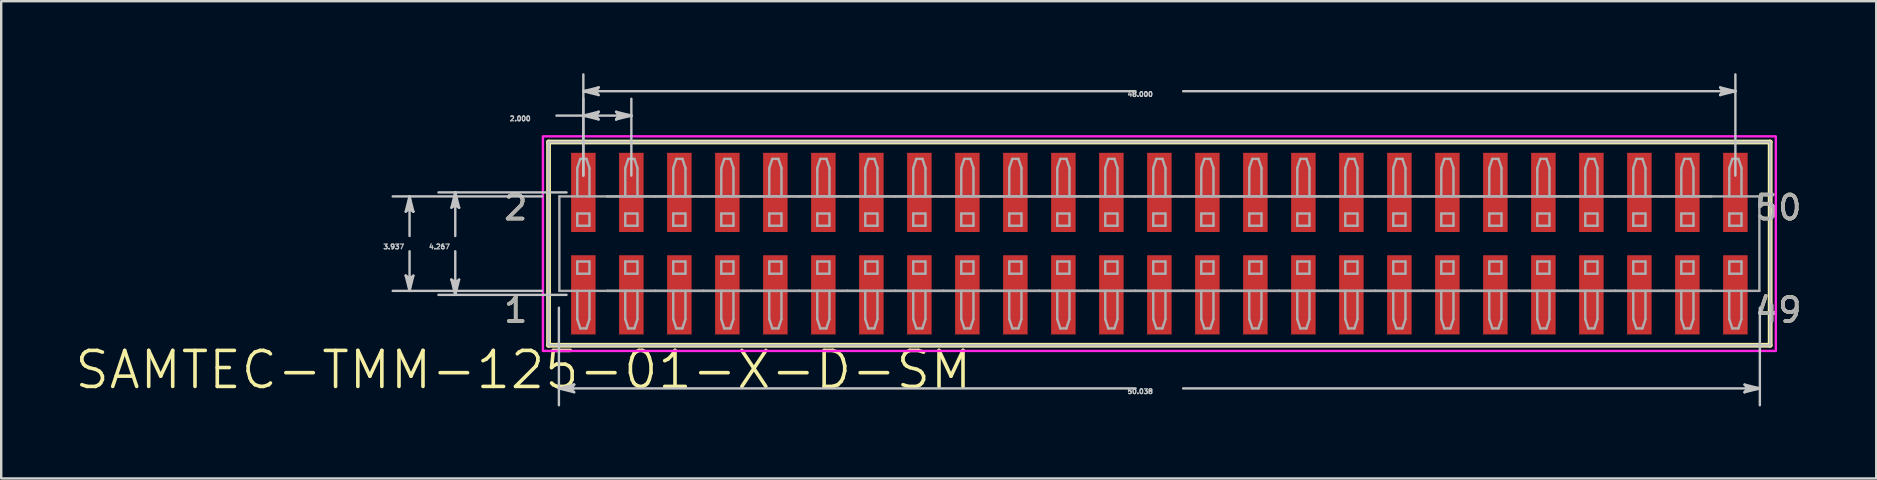
<source format=kicad_pcb>
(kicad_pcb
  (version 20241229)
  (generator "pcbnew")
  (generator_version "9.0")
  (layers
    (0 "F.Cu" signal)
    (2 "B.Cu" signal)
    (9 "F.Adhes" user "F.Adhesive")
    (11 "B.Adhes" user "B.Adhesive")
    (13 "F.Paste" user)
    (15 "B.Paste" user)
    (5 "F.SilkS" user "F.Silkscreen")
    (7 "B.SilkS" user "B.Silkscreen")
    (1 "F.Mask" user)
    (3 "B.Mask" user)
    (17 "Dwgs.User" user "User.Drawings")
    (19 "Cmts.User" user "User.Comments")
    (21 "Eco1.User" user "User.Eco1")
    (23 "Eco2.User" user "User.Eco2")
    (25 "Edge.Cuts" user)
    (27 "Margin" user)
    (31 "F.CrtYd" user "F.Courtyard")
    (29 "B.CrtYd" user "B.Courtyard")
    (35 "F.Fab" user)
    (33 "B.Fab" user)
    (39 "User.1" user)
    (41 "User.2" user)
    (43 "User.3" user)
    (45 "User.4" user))
  (footprint "SAMTEC-TMM-125-01-X-D-SM"
    (layer "F.Cu")
    (at 45.256 7.101)
    (property "Reference" "SAMTEC-TMM-125-01-X-D-SM" (at -26.503 5.263 0) (layer "F.SilkS") (effects (font (size 1.5 1.5) (thickness 0.15))))
    (attr smd)
    (fp_poly (pts (xy -24.561 -3.835) (xy -23.439 -3.835) (xy -23.439 -0.433) (xy -24.561 -0.433)) (stroke (width 0.01) (type solid)) (fill yes) (layer "F.Mask"))
    (fp_poly (pts (xy -24.561 0.433) (xy -23.439 0.433) (xy -23.439 3.835) (xy -24.561 3.835)) (stroke (width 0.01) (type solid)) (fill yes) (layer "F.Mask"))
    (fp_poly (pts (xy -22.561 -3.835) (xy -21.439 -3.835) (xy -21.439 -0.433) (xy -22.561 -0.433)) (stroke (width 0.01) (type solid)) (fill yes) (layer "F.Mask"))
    (fp_poly (pts (xy -22.561 0.433) (xy -21.439 0.433) (xy -21.439 3.835) (xy -22.561 3.835)) (stroke (width 0.01) (type solid)) (fill yes) (layer "F.Mask"))
    (fp_poly (pts (xy -20.561 -3.835) (xy -19.439 -3.835) (xy -19.439 -0.433) (xy -20.561 -0.433)) (stroke (width 0.01) (type solid)) (fill yes) (layer "F.Mask"))
    (fp_poly (pts (xy -20.561 0.433) (xy -19.439 0.433) (xy -19.439 3.835) (xy -20.561 3.835)) (stroke (width 0.01) (type solid)) (fill yes) (layer "F.Mask"))
    (fp_poly (pts (xy -18.561 -3.835) (xy -17.439 -3.835) (xy -17.439 -0.433) (xy -18.561 -0.433)) (stroke (width 0.01) (type solid)) (fill yes) (layer "F.Mask"))
    (fp_poly (pts (xy -18.561 0.433) (xy -17.439 0.433) (xy -17.439 3.835) (xy -18.561 3.835)) (stroke (width 0.01) (type solid)) (fill yes) (layer "F.Mask"))
    (fp_poly (pts (xy -16.561 -3.835) (xy -15.439 -3.835) (xy -15.439 -0.433) (xy -16.561 -0.433)) (stroke (width 0.01) (type solid)) (fill yes) (layer "F.Mask"))
    (fp_poly (pts (xy -16.561 0.433) (xy -15.439 0.433) (xy -15.439 3.835) (xy -16.561 3.835)) (stroke (width 0.01) (type solid)) (fill yes) (layer "F.Mask"))
    (fp_poly (pts (xy -14.561 -3.835) (xy -13.439 -3.835) (xy -13.439 -0.433) (xy -14.561 -0.433)) (stroke (width 0.01) (type solid)) (fill yes) (layer "F.Mask"))
    (fp_poly (pts (xy -14.561 0.433) (xy -13.439 0.433) (xy -13.439 3.835) (xy -14.561 3.835)) (stroke (width 0.01) (type solid)) (fill yes) (layer "F.Mask"))
    (fp_poly (pts (xy -12.561 -3.835) (xy -11.439 -3.835) (xy -11.439 -0.433) (xy -12.561 -0.433)) (stroke (width 0.01) (type solid)) (fill yes) (layer "F.Mask"))
    (fp_poly (pts (xy -12.561 0.433) (xy -11.439 0.433) (xy -11.439 3.835) (xy -12.561 3.835)) (stroke (width 0.01) (type solid)) (fill yes) (layer "F.Mask"))
    (fp_poly (pts (xy -10.561 -3.835) (xy -9.439 -3.835) (xy -9.439 -0.433) (xy -10.561 -0.433)) (stroke (width 0.01) (type solid)) (fill yes) (layer "F.Mask"))
    (fp_poly (pts (xy -10.561 0.433) (xy -9.439 0.433) (xy -9.439 3.835) (xy -10.561 3.835)) (stroke (width 0.01) (type solid)) (fill yes) (layer "F.Mask"))
    (fp_poly (pts (xy -8.561 -3.835) (xy -7.439 -3.835) (xy -7.439 -0.433) (xy -8.561 -0.433)) (stroke (width 0.01) (type solid)) (fill yes) (layer "F.Mask"))
    (fp_poly (pts (xy -8.561 0.433) (xy -7.439 0.433) (xy -7.439 3.835) (xy -8.561 3.835)) (stroke (width 0.01) (type solid)) (fill yes) (layer "F.Mask"))
    (fp_poly (pts (xy -6.561 -3.835) (xy -5.439 -3.835) (xy -5.439 -0.433) (xy -6.561 -0.433)) (stroke (width 0.01) (type solid)) (fill yes) (layer "F.Mask"))
    (fp_poly (pts (xy -6.561 0.433) (xy -5.439 0.433) (xy -5.439 3.835) (xy -6.561 3.835)) (stroke (width 0.01) (type solid)) (fill yes) (layer "F.Mask"))
    (fp_poly (pts (xy -4.561 -3.835) (xy -3.439 -3.835) (xy -3.439 -0.433) (xy -4.561 -0.433)) (stroke (width 0.01) (type solid)) (fill yes) (layer "F.Mask"))
    (fp_poly (pts (xy -4.561 0.433) (xy -3.439 0.433) (xy -3.439 3.835) (xy -4.561 3.835)) (stroke (width 0.01) (type solid)) (fill yes) (layer "F.Mask"))
    (fp_poly (pts (xy -2.561 -3.835) (xy -1.439 -3.835) (xy -1.439 -0.433) (xy -2.561 -0.433)) (stroke (width 0.01) (type solid)) (fill yes) (layer "F.Mask"))
    (fp_poly (pts (xy -2.561 0.433) (xy -1.439 0.433) (xy -1.439 3.835) (xy -2.561 3.835)) (stroke (width 0.01) (type solid)) (fill yes) (layer "F.Mask"))
    (fp_poly (pts (xy -0.561 -3.835) (xy 0.561 -3.835) (xy 0.561 -0.433) (xy -0.561 -0.433)) (stroke (width 0.01) (type solid)) (fill yes) (layer "F.Mask"))
    (fp_poly (pts (xy -0.561 0.433) (xy 0.561 0.433) (xy 0.561 3.835) (xy -0.561 3.835)) (stroke (width 0.01) (type solid)) (fill yes) (layer "F.Mask"))
    (fp_poly (pts (xy 1.439 -3.835) (xy 2.561 -3.835) (xy 2.561 -0.433) (xy 1.439 -0.433)) (stroke (width 0.01) (type solid)) (fill yes) (layer "F.Mask"))
    (fp_poly (pts (xy 1.439 0.433) (xy 2.561 0.433) (xy 2.561 3.835) (xy 1.439 3.835)) (stroke (width 0.01) (type solid)) (fill yes) (layer "F.Mask"))
    (fp_poly (pts (xy 3.439 -3.835) (xy 4.561 -3.835) (xy 4.561 -0.433) (xy 3.439 -0.433)) (stroke (width 0.01) (type solid)) (fill yes) (layer "F.Mask"))
    (fp_poly (pts (xy 3.439 0.433) (xy 4.561 0.433) (xy 4.561 3.835) (xy 3.439 3.835)) (stroke (width 0.01) (type solid)) (fill yes) (layer "F.Mask"))
    (fp_poly (pts (xy 5.439 -3.835) (xy 6.561 -3.835) (xy 6.561 -0.433) (xy 5.439 -0.433)) (stroke (width 0.01) (type solid)) (fill yes) (layer "F.Mask"))
    (fp_poly (pts (xy 5.439 0.433) (xy 6.561 0.433) (xy 6.561 3.835) (xy 5.439 3.835)) (stroke (width 0.01) (type solid)) (fill yes) (layer "F.Mask"))
    (fp_poly (pts (xy 7.439 -3.835) (xy 8.561 -3.835) (xy 8.561 -0.433) (xy 7.439 -0.433)) (stroke (width 0.01) (type solid)) (fill yes) (layer "F.Mask"))
    (fp_poly (pts (xy 7.439 0.433) (xy 8.561 0.433) (xy 8.561 3.835) (xy 7.439 3.835)) (stroke (width 0.01) (type solid)) (fill yes) (layer "F.Mask"))
    (fp_poly (pts (xy 9.439 -3.835) (xy 10.561 -3.835) (xy 10.561 -0.433) (xy 9.439 -0.433)) (stroke (width 0.01) (type solid)) (fill yes) (layer "F.Mask"))
    (fp_poly (pts (xy 9.439 0.433) (xy 10.561 0.433) (xy 10.561 3.835) (xy 9.439 3.835)) (stroke (width 0.01) (type solid)) (fill yes) (layer "F.Mask"))
    (fp_poly (pts (xy 11.439 -3.835) (xy 12.561 -3.835) (xy 12.561 -0.433) (xy 11.439 -0.433)) (stroke (width 0.01) (type solid)) (fill yes) (layer "F.Mask"))
    (fp_poly (pts (xy 11.439 0.433) (xy 12.561 0.433) (xy 12.561 3.835) (xy 11.439 3.835)) (stroke (width 0.01) (type solid)) (fill yes) (layer "F.Mask"))
    (fp_poly (pts (xy 13.439 -3.835) (xy 14.561 -3.835) (xy 14.561 -0.433) (xy 13.439 -0.433)) (stroke (width 0.01) (type solid)) (fill yes) (layer "F.Mask"))
    (fp_poly (pts (xy 13.439 0.433) (xy 14.561 0.433) (xy 14.561 3.835) (xy 13.439 3.835)) (stroke (width 0.01) (type solid)) (fill yes) (layer "F.Mask"))
    (fp_poly (pts (xy 15.439 -3.835) (xy 16.561 -3.835) (xy 16.561 -0.433) (xy 15.439 -0.433)) (stroke (width 0.01) (type solid)) (fill yes) (layer "F.Mask"))
    (fp_poly (pts (xy 15.439 0.433) (xy 16.561 0.433) (xy 16.561 3.835) (xy 15.439 3.835)) (stroke (width 0.01) (type solid)) (fill yes) (layer "F.Mask"))
    (fp_poly (pts (xy 17.439 -3.835) (xy 18.561 -3.835) (xy 18.561 -0.433) (xy 17.439 -0.433)) (stroke (width 0.01) (type solid)) (fill yes) (layer "F.Mask"))
    (fp_poly (pts (xy 17.439 0.433) (xy 18.561 0.433) (xy 18.561 3.835) (xy 17.439 3.835)) (stroke (width 0.01) (type solid)) (fill yes) (layer "F.Mask"))
    (fp_poly (pts (xy 19.439 -3.835) (xy 20.561 -3.835) (xy 20.561 -0.433) (xy 19.439 -0.433)) (stroke (width 0.01) (type solid)) (fill yes) (layer "F.Mask"))
    (fp_poly (pts (xy 19.439 0.433) (xy 20.561 0.433) (xy 20.561 3.835) (xy 19.439 3.835)) (stroke (width 0.01) (type solid)) (fill yes) (layer "F.Mask"))
    (fp_poly (pts (xy 21.439 -3.835) (xy 22.561 -3.835) (xy 22.561 -0.433) (xy 21.439 -0.433)) (stroke (width 0.01) (type solid)) (fill yes) (layer "F.Mask"))
    (fp_poly (pts (xy 21.439 0.433) (xy 22.561 0.433) (xy 22.561 3.835) (xy 21.439 3.835)) (stroke (width 0.01) (type solid)) (fill yes) (layer "F.Mask"))
    (fp_poly (pts (xy 23.439 -3.835) (xy 24.561 -3.835) (xy 24.561 -0.433) (xy 23.439 -0.433)) (stroke (width 0.01) (type solid)) (fill yes) (layer "F.Mask"))
    (fp_poly (pts (xy 23.439 0.433) (xy 24.561 0.433) (xy 24.561 3.835) (xy 23.439 3.835)) (stroke (width 0.01) (type solid)) (fill yes) (layer "F.Mask"))
    (fp_line (start -25.45 -4.235) (end -25.45 4.235) (stroke (width 0.2) (type solid)) (layer "F.SilkS"))
    (fp_line (start -25.45 4.235) (end 25.45 4.235) (stroke (width 0.2) (type solid)) (layer "F.SilkS"))
    (fp_line (start 25.45 -4.235) (end -25.45 -4.235) (stroke (width 0.2) (type solid)) (layer "F.SilkS"))
    (fp_line (start 25.45 4.235) (end 25.45 -4.235) (stroke (width 0.2) (type solid)) (layer "F.SilkS"))
    (fp_poly (pts (xy -24.51 -3.784) (xy -23.49 -3.784) (xy -23.49 -0.484) (xy -24.51 -0.484)) (stroke (width 0.01) (type solid)) (fill yes) (layer "F.Paste"))
    (fp_poly (pts (xy -24.51 0.484) (xy -23.49 0.484) (xy -23.49 3.784) (xy -24.51 3.784)) (stroke (width 0.01) (type solid)) (fill yes) (layer "F.Paste"))
    (fp_poly (pts (xy -22.51 -3.784) (xy -21.49 -3.784) (xy -21.49 -0.484) (xy -22.51 -0.484)) (stroke (width 0.01) (type solid)) (fill yes) (layer "F.Paste"))
    (fp_poly (pts (xy -22.51 0.484) (xy -21.49 0.484) (xy -21.49 3.784) (xy -22.51 3.784)) (stroke (width 0.01) (type solid)) (fill yes) (layer "F.Paste"))
    (fp_poly (pts (xy -20.51 -3.784) (xy -19.49 -3.784) (xy -19.49 -0.484) (xy -20.51 -0.484)) (stroke (width 0.01) (type solid)) (fill yes) (layer "F.Paste"))
    (fp_poly (pts (xy -20.51 0.484) (xy -19.49 0.484) (xy -19.49 3.784) (xy -20.51 3.784)) (stroke (width 0.01) (type solid)) (fill yes) (layer "F.Paste"))
    (fp_poly (pts (xy -18.51 -3.784) (xy -17.49 -3.784) (xy -17.49 -0.484) (xy -18.51 -0.484)) (stroke (width 0.01) (type solid)) (fill yes) (layer "F.Paste"))
    (fp_poly (pts (xy -18.51 0.484) (xy -17.49 0.484) (xy -17.49 3.784) (xy -18.51 3.784)) (stroke (width 0.01) (type solid)) (fill yes) (layer "F.Paste"))
    (fp_poly (pts (xy -16.51 -3.784) (xy -15.49 -3.784) (xy -15.49 -0.484) (xy -16.51 -0.484)) (stroke (width 0.01) (type solid)) (fill yes) (layer "F.Paste"))
    (fp_poly (pts (xy -16.51 0.484) (xy -15.49 0.484) (xy -15.49 3.784) (xy -16.51 3.784)) (stroke (width 0.01) (type solid)) (fill yes) (layer "F.Paste"))
    (fp_poly (pts (xy -14.51 -3.784) (xy -13.49 -3.784) (xy -13.49 -0.484) (xy -14.51 -0.484)) (stroke (width 0.01) (type solid)) (fill yes) (layer "F.Paste"))
    (fp_poly (pts (xy -14.51 0.484) (xy -13.49 0.484) (xy -13.49 3.784) (xy -14.51 3.784)) (stroke (width 0.01) (type solid)) (fill yes) (layer "F.Paste"))
    (fp_poly (pts (xy -12.51 -3.784) (xy -11.49 -3.784) (xy -11.49 -0.484) (xy -12.51 -0.484)) (stroke (width 0.01) (type solid)) (fill yes) (layer "F.Paste"))
    (fp_poly (pts (xy -12.51 0.484) (xy -11.49 0.484) (xy -11.49 3.784) (xy -12.51 3.784)) (stroke (width 0.01) (type solid)) (fill yes) (layer "F.Paste"))
    (fp_poly (pts (xy -10.51 -3.784) (xy -9.49 -3.784) (xy -9.49 -0.484) (xy -10.51 -0.484)) (stroke (width 0.01) (type solid)) (fill yes) (layer "F.Paste"))
    (fp_poly (pts (xy -10.51 0.484) (xy -9.49 0.484) (xy -9.49 3.784) (xy -10.51 3.784)) (stroke (width 0.01) (type solid)) (fill yes) (layer "F.Paste"))
    (fp_poly (pts (xy -8.51 -3.784) (xy -7.49 -3.784) (xy -7.49 -0.484) (xy -8.51 -0.484)) (stroke (width 0.01) (type solid)) (fill yes) (layer "F.Paste"))
    (fp_poly (pts (xy -8.51 0.484) (xy -7.49 0.484) (xy -7.49 3.784) (xy -8.51 3.784)) (stroke (width 0.01) (type solid)) (fill yes) (layer "F.Paste"))
    (fp_poly (pts (xy -6.51 -3.784) (xy -5.49 -3.784) (xy -5.49 -0.484) (xy -6.51 -0.484)) (stroke (width 0.01) (type solid)) (fill yes) (layer "F.Paste"))
    (fp_poly (pts (xy -6.51 0.484) (xy -5.49 0.484) (xy -5.49 3.784) (xy -6.51 3.784)) (stroke (width 0.01) (type solid)) (fill yes) (layer "F.Paste"))
    (fp_poly (pts (xy -4.51 -3.784) (xy -3.49 -3.784) (xy -3.49 -0.484) (xy -4.51 -0.484)) (stroke (width 0.01) (type solid)) (fill yes) (layer "F.Paste"))
    (fp_poly (pts (xy -4.51 0.484) (xy -3.49 0.484) (xy -3.49 3.784) (xy -4.51 3.784)) (stroke (width 0.01) (type solid)) (fill yes) (layer "F.Paste"))
    (fp_poly (pts (xy -2.51 -3.784) (xy -1.49 -3.784) (xy -1.49 -0.484) (xy -2.51 -0.484)) (stroke (width 0.01) (type solid)) (fill yes) (layer "F.Paste"))
    (fp_poly (pts (xy -2.51 0.484) (xy -1.49 0.484) (xy -1.49 3.784) (xy -2.51 3.784)) (stroke (width 0.01) (type solid)) (fill yes) (layer "F.Paste"))
    (fp_poly (pts (xy -0.51 -3.784) (xy 0.51 -3.784) (xy 0.51 -0.484) (xy -0.51 -0.484)) (stroke (width 0.01) (type solid)) (fill yes) (layer "F.Paste"))
    (fp_poly (pts (xy -0.51 0.484) (xy 0.51 0.484) (xy 0.51 3.784) (xy -0.51 3.784)) (stroke (width 0.01) (type solid)) (fill yes) (layer "F.Paste"))
    (fp_poly (pts (xy 1.49 -3.784) (xy 2.51 -3.784) (xy 2.51 -0.484) (xy 1.49 -0.484)) (stroke (width 0.01) (type solid)) (fill yes) (layer "F.Paste"))
    (fp_poly (pts (xy 1.49 0.484) (xy 2.51 0.484) (xy 2.51 3.784) (xy 1.49 3.784)) (stroke (width 0.01) (type solid)) (fill yes) (layer "F.Paste"))
    (fp_poly (pts (xy 3.49 -3.784) (xy 4.51 -3.784) (xy 4.51 -0.484) (xy 3.49 -0.484)) (stroke (width 0.01) (type solid)) (fill yes) (layer "F.Paste"))
    (fp_poly (pts (xy 3.49 0.484) (xy 4.51 0.484) (xy 4.51 3.784) (xy 3.49 3.784)) (stroke (width 0.01) (type solid)) (fill yes) (layer "F.Paste"))
    (fp_poly (pts (xy 5.49 -3.784) (xy 6.51 -3.784) (xy 6.51 -0.484) (xy 5.49 -0.484)) (stroke (width 0.01) (type solid)) (fill yes) (layer "F.Paste"))
    (fp_poly (pts (xy 5.49 0.484) (xy 6.51 0.484) (xy 6.51 3.784) (xy 5.49 3.784)) (stroke (width 0.01) (type solid)) (fill yes) (layer "F.Paste"))
    (fp_poly (pts (xy 7.49 -3.784) (xy 8.51 -3.784) (xy 8.51 -0.484) (xy 7.49 -0.484)) (stroke (width 0.01) (type solid)) (fill yes) (layer "F.Paste"))
    (fp_poly (pts (xy 7.49 0.484) (xy 8.51 0.484) (xy 8.51 3.784) (xy 7.49 3.784)) (stroke (width 0.01) (type solid)) (fill yes) (layer "F.Paste"))
    (fp_poly (pts (xy 9.49 -3.784) (xy 10.51 -3.784) (xy 10.51 -0.484) (xy 9.49 -0.484)) (stroke (width 0.01) (type solid)) (fill yes) (layer "F.Paste"))
    (fp_poly (pts (xy 9.49 0.484) (xy 10.51 0.484) (xy 10.51 3.784) (xy 9.49 3.784)) (stroke (width 0.01) (type solid)) (fill yes) (layer "F.Paste"))
    (fp_poly (pts (xy 11.49 -3.784) (xy 12.51 -3.784) (xy 12.51 -0.484) (xy 11.49 -0.484)) (stroke (width 0.01) (type solid)) (fill yes) (layer "F.Paste"))
    (fp_poly (pts (xy 11.49 0.484) (xy 12.51 0.484) (xy 12.51 3.784) (xy 11.49 3.784)) (stroke (width 0.01) (type solid)) (fill yes) (layer "F.Paste"))
    (fp_poly (pts (xy 13.49 -3.784) (xy 14.51 -3.784) (xy 14.51 -0.484) (xy 13.49 -0.484)) (stroke (width 0.01) (type solid)) (fill yes) (layer "F.Paste"))
    (fp_poly (pts (xy 13.49 0.484) (xy 14.51 0.484) (xy 14.51 3.784) (xy 13.49 3.784)) (stroke (width 0.01) (type solid)) (fill yes) (layer "F.Paste"))
    (fp_poly (pts (xy 15.49 -3.784) (xy 16.51 -3.784) (xy 16.51 -0.484) (xy 15.49 -0.484)) (stroke (width 0.01) (type solid)) (fill yes) (layer "F.Paste"))
    (fp_poly (pts (xy 15.49 0.484) (xy 16.51 0.484) (xy 16.51 3.784) (xy 15.49 3.784)) (stroke (width 0.01) (type solid)) (fill yes) (layer "F.Paste"))
    (fp_poly (pts (xy 17.49 -3.784) (xy 18.51 -3.784) (xy 18.51 -0.484) (xy 17.49 -0.484)) (stroke (width 0.01) (type solid)) (fill yes) (layer "F.Paste"))
    (fp_poly (pts (xy 17.49 0.484) (xy 18.51 0.484) (xy 18.51 3.784) (xy 17.49 3.784)) (stroke (width 0.01) (type solid)) (fill yes) (layer "F.Paste"))
    (fp_poly (pts (xy 19.49 -3.784) (xy 20.51 -3.784) (xy 20.51 -0.484) (xy 19.49 -0.484)) (stroke (width 0.01) (type solid)) (fill yes) (layer "F.Paste"))
    (fp_poly (pts (xy 19.49 0.484) (xy 20.51 0.484) (xy 20.51 3.784) (xy 19.49 3.784)) (stroke (width 0.01) (type solid)) (fill yes) (layer "F.Paste"))
    (fp_poly (pts (xy 21.49 -3.784) (xy 22.51 -3.784) (xy 22.51 -0.484) (xy 21.49 -0.484)) (stroke (width 0.01) (type solid)) (fill yes) (layer "F.Paste"))
    (fp_poly (pts (xy 21.49 0.484) (xy 22.51 0.484) (xy 22.51 3.784) (xy 21.49 3.784)) (stroke (width 0.01) (type solid)) (fill yes) (layer "F.Paste"))
    (fp_poly (pts (xy 23.49 -3.784) (xy 24.51 -3.784) (xy 24.51 -0.484) (xy 23.49 -0.484)) (stroke (width 0.01) (type solid)) (fill yes) (layer "F.Paste"))
    (fp_poly (pts (xy 23.49 0.484) (xy 24.51 0.484) (xy 24.51 3.784) (xy 23.49 3.784)) (stroke (width 0.01) (type solid)) (fill yes) (layer "F.Paste"))
    (fp_line (start -31.401 -1.334) (end -31.242 -1.46) (stroke (width 0.1) (type solid)) (layer "Dwgs.User"))
    (fp_line (start -31.401 1.334) (end -31.242 1.968) (stroke (width 0.1) (type solid)) (layer "Dwgs.User"))
    (fp_line (start -31.321 -1.397) (end -31.242 -1.46) (stroke (width 0.1) (type solid)) (layer "Dwgs.User"))
    (fp_line (start -31.321 1.397) (end -31.401 1.334) (stroke (width 0.1) (type solid)) (layer "Dwgs.User"))
    (fp_line (start -31.242 -1.968) (end -31.401 -1.334) (stroke (width 0.1) (type solid)) (layer "Dwgs.User"))
    (fp_line (start -31.242 -1.968) (end -31.321 -1.397) (stroke (width 0.1) (type solid)) (layer "Dwgs.User"))
    (fp_line (start -31.242 -1.968) (end -31.163 -1.397) (stroke (width 0.1) (type solid)) (layer "Dwgs.User"))
    (fp_line (start -31.242 -1.46) (end -31.242 -1.968) (stroke (width 0.1) (type solid)) (layer "Dwgs.User"))
    (fp_line (start -31.242 -1.46) (end -31.083 -1.334) (stroke (width 0.1) (type solid)) (layer "Dwgs.User"))
    (fp_line (start -31.242 -0.318) (end -31.242 -1.968) (stroke (width 0.1) (type solid)) (layer "Dwgs.User"))
    (fp_line (start -31.242 0.318) (end -31.242 1.968) (stroke (width 0.1) (type solid)) (layer "Dwgs.User"))
    (fp_line (start -31.242 1.46) (end -31.401 1.334) (stroke (width 0.1) (type solid)) (layer "Dwgs.User"))
    (fp_line (start -31.242 1.46) (end -31.242 1.968) (stroke (width 0.1) (type solid)) (layer "Dwgs.User"))
    (fp_line (start -31.242 1.968) (end -31.321 1.397) (stroke (width 0.1) (type solid)) (layer "Dwgs.User"))
    (fp_line (start -31.242 1.968) (end -31.163 1.397) (stroke (width 0.1) (type solid)) (layer "Dwgs.User"))
    (fp_line (start -31.242 1.968) (end -31.083 1.334) (stroke (width 0.1) (type solid)) (layer "Dwgs.User"))
    (fp_line (start -31.163 -1.397) (end -31.083 -1.334) (stroke (width 0.1) (type solid)) (layer "Dwgs.User"))
    (fp_line (start -31.163 1.397) (end -31.242 1.46) (stroke (width 0.1) (type solid)) (layer "Dwgs.User"))
    (fp_line (start -31.083 -1.334) (end -31.242 -1.968) (stroke (width 0.1) (type solid)) (layer "Dwgs.User"))
    (fp_line (start -31.083 1.334) (end -31.242 1.46) (stroke (width 0.1) (type solid)) (layer "Dwgs.User"))
    (fp_line (start -29.496 -1.499) (end -29.337 -1.626) (stroke (width 0.1) (type solid)) (layer "Dwgs.User"))
    (fp_line (start -29.496 1.499) (end -29.337 2.134) (stroke (width 0.1) (type solid)) (layer "Dwgs.User"))
    (fp_line (start -29.416 -1.562) (end -29.337 -1.626) (stroke (width 0.1) (type solid)) (layer "Dwgs.User"))
    (fp_line (start -29.416 1.562) (end -29.496 1.499) (stroke (width 0.1) (type solid)) (layer "Dwgs.User"))
    (fp_line (start -29.337 -2.134) (end -29.496 -1.499) (stroke (width 0.1) (type solid)) (layer "Dwgs.User"))
    (fp_line (start -29.337 -2.134) (end -29.416 -1.562) (stroke (width 0.1) (type solid)) (layer "Dwgs.User"))
    (fp_line (start -29.337 -2.134) (end -29.258 -1.562) (stroke (width 0.1) (type solid)) (layer "Dwgs.User"))
    (fp_line (start -29.337 -1.626) (end -29.337 -2.134) (stroke (width 0.1) (type solid)) (layer "Dwgs.User"))
    (fp_line (start -29.337 -1.626) (end -29.178 -1.499) (stroke (width 0.1) (type solid)) (layer "Dwgs.User"))
    (fp_line (start -29.337 -0.318) (end -29.337 -2.134) (stroke (width 0.1) (type solid)) (layer "Dwgs.User"))
    (fp_line (start -29.337 0.318) (end -29.337 2.134) (stroke (width 0.1) (type solid)) (layer "Dwgs.User"))
    (fp_line (start -29.337 1.626) (end -29.496 1.499) (stroke (width 0.1) (type solid)) (layer "Dwgs.User"))
    (fp_line (start -29.337 1.626) (end -29.337 2.134) (stroke (width 0.1) (type solid)) (layer "Dwgs.User"))
    (fp_line (start -29.337 2.134) (end -29.416 1.562) (stroke (width 0.1) (type solid)) (layer "Dwgs.User"))
    (fp_line (start -29.337 2.134) (end -29.258 1.562) (stroke (width 0.1) (type solid)) (layer "Dwgs.User"))
    (fp_line (start -29.337 2.134) (end -29.178 1.499) (stroke (width 0.1) (type solid)) (layer "Dwgs.User"))
    (fp_line (start -29.258 -1.562) (end -29.178 -1.499) (stroke (width 0.1) (type solid)) (layer "Dwgs.User"))
    (fp_line (start -29.258 1.562) (end -29.337 1.626) (stroke (width 0.1) (type solid)) (layer "Dwgs.User"))
    (fp_line (start -29.178 -1.499) (end -29.337 -2.134) (stroke (width 0.1) (type solid)) (layer "Dwgs.User"))
    (fp_line (start -29.178 1.499) (end -29.337 1.626) (stroke (width 0.1) (type solid)) (layer "Dwgs.User"))
    (fp_line (start -25.72 -1.968) (end -31.943 -1.968) (stroke (width 0.1) (type solid)) (layer "Dwgs.User"))
    (fp_line (start -25.72 1.968) (end -31.943 1.968) (stroke (width 0.1) (type solid)) (layer "Dwgs.User"))
    (fp_line (start -25.45 -4.235) (end -25.45 4.235) (stroke (width 0.1) (type solid)) (layer "Dwgs.User"))
    (fp_line (start -25.45 4.235) (end 25.45 4.235) (stroke (width 0.1) (type solid)) (layer "Dwgs.User"))
    (fp_line (start -25.121 -5.334) (end -24 -5.334) (stroke (width 0.1) (type solid)) (layer "Dwgs.User"))
    (fp_line (start -25.019 2.67) (end -25.019 6.734) (stroke (width 0.1) (type solid)) (layer "Dwgs.User"))
    (fp_line (start -25.019 6.032) (end -24.448 5.953) (stroke (width 0.1) (type solid)) (layer "Dwgs.User"))
    (fp_line (start -25.019 6.032) (end -24.448 6.112) (stroke (width 0.1) (type solid)) (layer "Dwgs.User"))
    (fp_line (start -25.019 6.032) (end -24.384 6.191) (stroke (width 0.1) (type solid)) (layer "Dwgs.User"))
    (fp_line (start -24.701 -2.134) (end -30.038 -2.134) (stroke (width 0.1) (type solid)) (layer "Dwgs.User"))
    (fp_line (start -24.701 2.134) (end -30.038 2.134) (stroke (width 0.1) (type solid)) (layer "Dwgs.User"))
    (fp_line (start -24.511 6.032) (end -25.019 6.032) (stroke (width 0.1) (type solid)) (layer "Dwgs.User"))
    (fp_line (start -24.511 6.032) (end -24.384 5.874) (stroke (width 0.1) (type solid)) (layer "Dwgs.User"))
    (fp_line (start -24.448 5.953) (end -24.384 5.874) (stroke (width 0.1) (type solid)) (layer "Dwgs.User"))
    (fp_line (start -24.448 6.112) (end -24.511 6.032) (stroke (width 0.1) (type solid)) (layer "Dwgs.User"))
    (fp_line (start -24.384 5.874) (end -25.019 6.032) (stroke (width 0.1) (type solid)) (layer "Dwgs.User"))
    (fp_line (start -24.384 6.191) (end -24.511 6.032) (stroke (width 0.1) (type solid)) (layer "Dwgs.User"))
    (fp_line (start -24 -6.35) (end -23.428 -6.429) (stroke (width 0.1) (type solid)) (layer "Dwgs.User"))
    (fp_line (start -24 -6.35) (end -23.428 -6.271) (stroke (width 0.1) (type solid)) (layer "Dwgs.User"))
    (fp_line (start -24 -6.35) (end -23.365 -6.191) (stroke (width 0.1) (type solid)) (layer "Dwgs.User"))
    (fp_line (start -24 -5.334) (end -23.428 -5.413) (stroke (width 0.1) (type solid)) (layer "Dwgs.User"))
    (fp_line (start -24 -5.334) (end -23.428 -5.255) (stroke (width 0.1) (type solid)) (layer "Dwgs.User"))
    (fp_line (start -24 -5.334) (end -23.365 -5.175) (stroke (width 0.1) (type solid)) (layer "Dwgs.User"))
    (fp_line (start -24 -5.334) (end -22 -5.334) (stroke (width 0.1) (type solid)) (layer "Dwgs.User"))
    (fp_line (start -24 -2.835) (end -24 -7.051) (stroke (width 0.1) (type solid)) (layer "Dwgs.User"))
    (fp_line (start -24 -2.835) (end -24 -6.035) (stroke (width 0.1) (type solid)) (layer "Dwgs.User"))
    (fp_line (start -23.492 -6.35) (end -24 -6.35) (stroke (width 0.1) (type solid)) (layer "Dwgs.User"))
    (fp_line (start -23.492 -6.35) (end -23.365 -6.509) (stroke (width 0.1) (type solid)) (layer "Dwgs.User"))
    (fp_line (start -23.492 -5.334) (end -24 -5.334) (stroke (width 0.1) (type solid)) (layer "Dwgs.User"))
    (fp_line (start -23.492 -5.334) (end -23.365 -5.493) (stroke (width 0.1) (type solid)) (layer "Dwgs.User"))
    (fp_line (start -23.428 -6.429) (end -23.365 -6.509) (stroke (width 0.1) (type solid)) (layer "Dwgs.User"))
    (fp_line (start -23.428 -6.271) (end -23.492 -6.35) (stroke (width 0.1) (type solid)) (layer "Dwgs.User"))
    (fp_line (start -23.428 -5.413) (end -23.365 -5.493) (stroke (width 0.1) (type solid)) (layer "Dwgs.User"))
    (fp_line (start -23.428 -5.255) (end -23.492 -5.334) (stroke (width 0.1) (type solid)) (layer "Dwgs.User"))
    (fp_line (start -23.365 -6.509) (end -24 -6.35) (stroke (width 0.1) (type solid)) (layer "Dwgs.User"))
    (fp_line (start -23.365 -6.191) (end -23.492 -6.35) (stroke (width 0.1) (type solid)) (layer "Dwgs.User"))
    (fp_line (start -23.365 -5.493) (end -24 -5.334) (stroke (width 0.1) (type solid)) (layer "Dwgs.User"))
    (fp_line (start -23.365 -5.175) (end -23.492 -5.334) (stroke (width 0.1) (type solid)) (layer "Dwgs.User"))
    (fp_line (start -22.635 -5.493) (end -22.508 -5.334) (stroke (width 0.1) (type solid)) (layer "Dwgs.User"))
    (fp_line (start -22.635 -5.175) (end -22 -5.334) (stroke (width 0.1) (type solid)) (layer "Dwgs.User"))
    (fp_line (start -22.571 -5.413) (end -22.508 -5.334) (stroke (width 0.1) (type solid)) (layer "Dwgs.User"))
    (fp_line (start -22.571 -5.255) (end -22.635 -5.175) (stroke (width 0.1) (type solid)) (layer "Dwgs.User"))
    (fp_line (start -22.508 -5.334) (end -22.635 -5.175) (stroke (width 0.1) (type solid)) (layer "Dwgs.User"))
    (fp_line (start -22.508 -5.334) (end -22 -5.334) (stroke (width 0.1) (type solid)) (layer "Dwgs.User"))
    (fp_line (start -22 -5.334) (end -22.635 -5.493) (stroke (width 0.1) (type solid)) (layer "Dwgs.User"))
    (fp_line (start -22 -5.334) (end -22.571 -5.413) (stroke (width 0.1) (type solid)) (layer "Dwgs.User"))
    (fp_line (start -22 -5.334) (end -22.571 -5.255) (stroke (width 0.1) (type solid)) (layer "Dwgs.User"))
    (fp_line (start -22 -2.835) (end -22 -6.035) (stroke (width 0.1) (type solid)) (layer "Dwgs.User"))
    (fp_line (start -0.991 -6.35) (end -24 -6.35) (stroke (width 0.1) (type solid)) (layer "Dwgs.User"))
    (fp_line (start -0.991 6.032) (end -25.019 6.032) (stroke (width 0.1) (type solid)) (layer "Dwgs.User"))
    (fp_line (start 0.991 -6.35) (end 24 -6.35) (stroke (width 0.1) (type solid)) (layer "Dwgs.User"))
    (fp_line (start 0.991 6.032) (end 25.019 6.032) (stroke (width 0.1) (type solid)) (layer "Dwgs.User"))
    (fp_line (start 23.365 -6.509) (end 23.492 -6.35) (stroke (width 0.1) (type solid)) (layer "Dwgs.User"))
    (fp_line (start 23.365 -6.191) (end 24 -6.35) (stroke (width 0.1) (type solid)) (layer "Dwgs.User"))
    (fp_line (start 23.428 -6.429) (end 23.492 -6.35) (stroke (width 0.1) (type solid)) (layer "Dwgs.User"))
    (fp_line (start 23.428 -6.271) (end 23.365 -6.191) (stroke (width 0.1) (type solid)) (layer "Dwgs.User"))
    (fp_line (start 23.492 -6.35) (end 23.365 -6.191) (stroke (width 0.1) (type solid)) (layer "Dwgs.User"))
    (fp_line (start 23.492 -6.35) (end 24 -6.35) (stroke (width 0.1) (type solid)) (layer "Dwgs.User"))
    (fp_line (start 24 -6.35) (end 23.365 -6.509) (stroke (width 0.1) (type solid)) (layer "Dwgs.User"))
    (fp_line (start 24 -6.35) (end 23.428 -6.429) (stroke (width 0.1) (type solid)) (layer "Dwgs.User"))
    (fp_line (start 24 -6.35) (end 23.428 -6.271) (stroke (width 0.1) (type solid)) (layer "Dwgs.User"))
    (fp_line (start 24 -2.835) (end 24 -7.051) (stroke (width 0.1) (type solid)) (layer "Dwgs.User"))
    (fp_line (start 24.384 5.874) (end 24.511 6.032) (stroke (width 0.1) (type solid)) (layer "Dwgs.User"))
    (fp_line (start 24.384 6.191) (end 25.019 6.032) (stroke (width 0.1) (type solid)) (layer "Dwgs.User"))
    (fp_line (start 24.448 5.953) (end 24.511 6.032) (stroke (width 0.1) (type solid)) (layer "Dwgs.User"))
    (fp_line (start 24.448 6.112) (end 24.384 6.191) (stroke (width 0.1) (type solid)) (layer "Dwgs.User"))
    (fp_line (start 24.511 6.032) (end 24.384 6.191) (stroke (width 0.1) (type solid)) (layer "Dwgs.User"))
    (fp_line (start 24.511 6.032) (end 25.019 6.032) (stroke (width 0.1) (type solid)) (layer "Dwgs.User"))
    (fp_line (start 25.019 2.67) (end 25.019 6.734) (stroke (width 0.1) (type solid)) (layer "Dwgs.User"))
    (fp_line (start 25.019 6.032) (end 24.384 5.874) (stroke (width 0.1) (type solid)) (layer "Dwgs.User"))
    (fp_line (start 25.019 6.032) (end 24.448 5.953) (stroke (width 0.1) (type solid)) (layer "Dwgs.User"))
    (fp_line (start 25.019 6.032) (end 24.448 6.112) (stroke (width 0.1) (type solid)) (layer "Dwgs.User"))
    (fp_line (start 25.45 -4.235) (end -25.45 -4.235) (stroke (width 0.1) (type solid)) (layer "Dwgs.User"))
    (fp_line (start 25.45 4.235) (end 25.45 -4.235) (stroke (width 0.1) (type solid)) (layer "Dwgs.User"))
    (fp_poly (pts (xy -25.685 4.47) (xy -25.685 -4.47) (xy 25.685 -4.47) (xy 25.685 4.47) (xy -25.685 4.47)) (stroke (width 0.1) (type solid)) (fill no) (layer "F.CrtYd"))
    (fp_line (start -25 -1.968) (end -23 -1.968) (stroke (width 0.1) (type solid)) (layer "F.Fab"))
    (fp_line (start -25 1.968) (end -25 -1.968) (stroke (width 0.1) (type solid)) (layer "F.Fab"))
    (fp_line (start -24.254 -3.15) (end -24.127 -3.531) (stroke (width 0.1) (type solid)) (layer "F.Fab"))
    (fp_line (start -24.254 -1.968) (end -24.254 -3.15) (stroke (width 0.1) (type solid)) (layer "F.Fab"))
    (fp_line (start -24.254 -1.254) (end -23.746 -1.254) (stroke (width 0.1) (type solid)) (layer "F.Fab"))
    (fp_line (start -24.254 -0.746) (end -24.254 -1.254) (stroke (width 0.1) (type solid)) (layer "F.Fab"))
    (fp_line (start -24.254 0.746) (end -24.254 1.254) (stroke (width 0.1) (type solid)) (layer "F.Fab"))
    (fp_line (start -24.254 1.254) (end -23.746 1.254) (stroke (width 0.1) (type solid)) (layer "F.Fab"))
    (fp_line (start -24.254 1.968) (end -24.254 3.15) (stroke (width 0.1) (type solid)) (layer "F.Fab"))
    (fp_line (start -24.254 3.15) (end -24.127 3.531) (stroke (width 0.1) (type solid)) (layer "F.Fab"))
    (fp_line (start -24.127 -3.531) (end -23.873 -3.531) (stroke (width 0.1) (type solid)) (layer "F.Fab"))
    (fp_line (start -24.127 3.531) (end -23.873 3.531) (stroke (width 0.1) (type solid)) (layer "F.Fab"))
    (fp_line (start -23.873 -3.531) (end -23.746 -3.15) (stroke (width 0.1) (type solid)) (layer "F.Fab"))
    (fp_line (start -23.873 3.531) (end -23.746 3.15) (stroke (width 0.1) (type solid)) (layer "F.Fab"))
    (fp_line (start -23.746 -3.15) (end -23.746 -1.968) (stroke (width 0.1) (type solid)) (layer "F.Fab"))
    (fp_line (start -23.746 -1.254) (end -23.746 -0.746) (stroke (width 0.1) (type solid)) (layer "F.Fab"))
    (fp_line (start -23.746 -0.746) (end -24.254 -0.746) (stroke (width 0.1) (type solid)) (layer "F.Fab"))
    (fp_line (start -23.746 0.746) (end -24.254 0.746) (stroke (width 0.1) (type solid)) (layer "F.Fab"))
    (fp_line (start -23.746 1.254) (end -23.746 0.746) (stroke (width 0.1) (type solid)) (layer "F.Fab"))
    (fp_line (start -23.746 3.15) (end -23.746 1.968) (stroke (width 0.1) (type solid)) (layer "F.Fab"))
    (fp_line (start -23 -1.968) (end -21 -1.968) (stroke (width 0.1) (type solid)) (layer "F.Fab"))
    (fp_line (start -23 -1.968) (end -21 -1.968) (stroke (width 0.1) (type solid)) (layer "F.Fab"))
    (fp_line (start -23 1.968) (end -25 1.968) (stroke (width 0.1) (type solid)) (layer "F.Fab"))
    (fp_line (start -23 1.968) (end -21 1.968) (stroke (width 0.1) (type solid)) (layer "F.Fab"))
    (fp_line (start -22.255 1.968) (end -22.255 3.15) (stroke (width 0.1) (type solid)) (layer "F.Fab"))
    (fp_line (start -22.255 3.15) (end -22.128 3.531) (stroke (width 0.1) (type solid)) (layer "F.Fab"))
    (fp_line (start -22.254 -3.15) (end -22.127 -3.531) (stroke (width 0.1) (type solid)) (layer "F.Fab"))
    (fp_line (start -22.254 -1.968) (end -22.254 -3.15) (stroke (width 0.1) (type solid)) (layer "F.Fab"))
    (fp_line (start -22.254 -1.254) (end -21.746 -1.254) (stroke (width 0.1) (type solid)) (layer "F.Fab"))
    (fp_line (start -22.254 -0.746) (end -22.254 -1.254) (stroke (width 0.1) (type solid)) (layer "F.Fab"))
    (fp_line (start -22.254 0.746) (end -21.746 0.746) (stroke (width 0.1) (type solid)) (layer "F.Fab"))
    (fp_line (start -22.254 1.254) (end -22.254 0.746) (stroke (width 0.1) (type solid)) (layer "F.Fab"))
    (fp_line (start -22.128 3.531) (end -21.874 3.531) (stroke (width 0.1) (type solid)) (layer "F.Fab"))
    (fp_line (start -22.127 -3.531) (end -21.873 -3.531) (stroke (width 0.1) (type solid)) (layer "F.Fab"))
    (fp_line (start -21.874 3.531) (end -21.747 3.15) (stroke (width 0.1) (type solid)) (layer "F.Fab"))
    (fp_line (start -21.873 -3.531) (end -21.746 -3.15) (stroke (width 0.1) (type solid)) (layer "F.Fab"))
    (fp_line (start -21.747 3.15) (end -21.747 1.968) (stroke (width 0.1) (type solid)) (layer "F.Fab"))
    (fp_line (start -21.746 -3.15) (end -21.746 -1.968) (stroke (width 0.1) (type solid)) (layer "F.Fab"))
    (fp_line (start -21.746 -1.254) (end -21.746 -0.746) (stroke (width 0.1) (type solid)) (layer "F.Fab"))
    (fp_line (start -21.746 -0.746) (end -22.254 -0.746) (stroke (width 0.1) (type solid)) (layer "F.Fab"))
    (fp_line (start -21.746 0.746) (end -21.746 1.254) (stroke (width 0.1) (type solid)) (layer "F.Fab"))
    (fp_line (start -21.746 1.254) (end -22.254 1.254) (stroke (width 0.1) (type solid)) (layer "F.Fab"))
    (fp_line (start -21 -1.968) (end -19 -1.968) (stroke (width 0.1) (type solid)) (layer "F.Fab"))
    (fp_line (start -21 -1.968) (end -19 -1.968) (stroke (width 0.1) (type solid)) (layer "F.Fab"))
    (fp_line (start -21 1.968) (end -23 1.968) (stroke (width 0.1) (type solid)) (layer "F.Fab"))
    (fp_line (start -21 1.968) (end -19 1.968) (stroke (width 0.1) (type solid)) (layer "F.Fab"))
    (fp_line (start -20.255 1.968) (end -20.255 3.15) (stroke (width 0.1) (type solid)) (layer "F.Fab"))
    (fp_line (start -20.255 3.15) (end -20.128 3.531) (stroke (width 0.1) (type solid)) (layer "F.Fab"))
    (fp_line (start -20.254 -3.15) (end -20.127 -3.531) (stroke (width 0.1) (type solid)) (layer "F.Fab"))
    (fp_line (start -20.254 -1.968) (end -20.254 -3.15) (stroke (width 0.1) (type solid)) (layer "F.Fab"))
    (fp_line (start -20.254 -1.254) (end -19.746 -1.254) (stroke (width 0.1) (type solid)) (layer "F.Fab"))
    (fp_line (start -20.254 -0.746) (end -20.254 -1.254) (stroke (width 0.1) (type solid)) (layer "F.Fab"))
    (fp_line (start -20.254 0.746) (end -19.746 0.746) (stroke (width 0.1) (type solid)) (layer "F.Fab"))
    (fp_line (start -20.254 1.254) (end -20.254 0.746) (stroke (width 0.1) (type solid)) (layer "F.Fab"))
    (fp_line (start -20.128 3.531) (end -19.874 3.531) (stroke (width 0.1) (type solid)) (layer "F.Fab"))
    (fp_line (start -20.127 -3.531) (end -19.873 -3.531) (stroke (width 0.1) (type solid)) (layer "F.Fab"))
    (fp_line (start -19.874 3.531) (end -19.747 3.15) (stroke (width 0.1) (type solid)) (layer "F.Fab"))
    (fp_line (start -19.873 -3.531) (end -19.746 -3.15) (stroke (width 0.1) (type solid)) (layer "F.Fab"))
    (fp_line (start -19.747 3.15) (end -19.747 1.968) (stroke (width 0.1) (type solid)) (layer "F.Fab"))
    (fp_line (start -19.746 -3.15) (end -19.746 -1.968) (stroke (width 0.1) (type solid)) (layer "F.Fab"))
    (fp_line (start -19.746 -1.254) (end -19.746 -0.746) (stroke (width 0.1) (type solid)) (layer "F.Fab"))
    (fp_line (start -19.746 -0.746) (end -20.254 -0.746) (stroke (width 0.1) (type solid)) (layer "F.Fab"))
    (fp_line (start -19.746 0.746) (end -19.746 1.254) (stroke (width 0.1) (type solid)) (layer "F.Fab"))
    (fp_line (start -19.746 1.254) (end -20.254 1.254) (stroke (width 0.1) (type solid)) (layer "F.Fab"))
    (fp_line (start -19 -1.968) (end -17 -1.968) (stroke (width 0.1) (type solid)) (layer "F.Fab"))
    (fp_line (start -19 -1.968) (end -17 -1.968) (stroke (width 0.1) (type solid)) (layer "F.Fab"))
    (fp_line (start -19 1.968) (end -21 1.968) (stroke (width 0.1) (type solid)) (layer "F.Fab"))
    (fp_line (start -19 1.968) (end -17 1.968) (stroke (width 0.1) (type solid)) (layer "F.Fab"))
    (fp_line (start -18.255 1.968) (end -18.255 3.15) (stroke (width 0.1) (type solid)) (layer "F.Fab"))
    (fp_line (start -18.255 3.15) (end -18.128 3.531) (stroke (width 0.1) (type solid)) (layer "F.Fab"))
    (fp_line (start -18.254 -3.15) (end -18.127 -3.531) (stroke (width 0.1) (type solid)) (layer "F.Fab"))
    (fp_line (start -18.254 -1.968) (end -18.254 -3.15) (stroke (width 0.1) (type solid)) (layer "F.Fab"))
    (fp_line (start -18.254 -1.254) (end -17.746 -1.254) (stroke (width 0.1) (type solid)) (layer "F.Fab"))
    (fp_line (start -18.254 -0.746) (end -18.254 -1.254) (stroke (width 0.1) (type solid)) (layer "F.Fab"))
    (fp_line (start -18.254 0.746) (end -17.746 0.746) (stroke (width 0.1) (type solid)) (layer "F.Fab"))
    (fp_line (start -18.254 1.254) (end -18.254 0.746) (stroke (width 0.1) (type solid)) (layer "F.Fab"))
    (fp_line (start -18.128 3.531) (end -17.874 3.531) (stroke (width 0.1) (type solid)) (layer "F.Fab"))
    (fp_line (start -18.127 -3.531) (end -17.873 -3.531) (stroke (width 0.1) (type solid)) (layer "F.Fab"))
    (fp_line (start -17.874 3.531) (end -17.747 3.15) (stroke (width 0.1) (type solid)) (layer "F.Fab"))
    (fp_line (start -17.873 -3.531) (end -17.746 -3.15) (stroke (width 0.1) (type solid)) (layer "F.Fab"))
    (fp_line (start -17.747 3.15) (end -17.747 1.968) (stroke (width 0.1) (type solid)) (layer "F.Fab"))
    (fp_line (start -17.746 -3.15) (end -17.746 -1.968) (stroke (width 0.1) (type solid)) (layer "F.Fab"))
    (fp_line (start -17.746 -1.254) (end -17.746 -0.746) (stroke (width 0.1) (type solid)) (layer "F.Fab"))
    (fp_line (start -17.746 -0.746) (end -18.254 -0.746) (stroke (width 0.1) (type solid)) (layer "F.Fab"))
    (fp_line (start -17.746 0.746) (end -17.746 1.254) (stroke (width 0.1) (type solid)) (layer "F.Fab"))
    (fp_line (start -17.746 1.254) (end -18.254 1.254) (stroke (width 0.1) (type solid)) (layer "F.Fab"))
    (fp_line (start -17 -1.968) (end -15 -1.968) (stroke (width 0.1) (type solid)) (layer "F.Fab"))
    (fp_line (start -17 -1.968) (end -15 -1.968) (stroke (width 0.1) (type solid)) (layer "F.Fab"))
    (fp_line (start -17 1.968) (end -19 1.968) (stroke (width 0.1) (type solid)) (layer "F.Fab"))
    (fp_line (start -17 1.968) (end -15 1.968) (stroke (width 0.1) (type solid)) (layer "F.Fab"))
    (fp_line (start -16.255 1.968) (end -16.255 3.15) (stroke (width 0.1) (type solid)) (layer "F.Fab"))
    (fp_line (start -16.255 3.15) (end -16.128 3.531) (stroke (width 0.1) (type solid)) (layer "F.Fab"))
    (fp_line (start -16.254 -3.15) (end -16.127 -3.531) (stroke (width 0.1) (type solid)) (layer "F.Fab"))
    (fp_line (start -16.254 -1.968) (end -16.254 -3.15) (stroke (width 0.1) (type solid)) (layer "F.Fab"))
    (fp_line (start -16.254 -1.254) (end -15.746 -1.254) (stroke (width 0.1) (type solid)) (layer "F.Fab"))
    (fp_line (start -16.254 -0.746) (end -16.254 -1.254) (stroke (width 0.1) (type solid)) (layer "F.Fab"))
    (fp_line (start -16.254 0.746) (end -15.746 0.746) (stroke (width 0.1) (type solid)) (layer "F.Fab"))
    (fp_line (start -16.254 1.254) (end -16.254 0.746) (stroke (width 0.1) (type solid)) (layer "F.Fab"))
    (fp_line (start -16.128 3.531) (end -15.874 3.531) (stroke (width 0.1) (type solid)) (layer "F.Fab"))
    (fp_line (start -16.127 -3.531) (end -15.873 -3.531) (stroke (width 0.1) (type solid)) (layer "F.Fab"))
    (fp_line (start -15.874 3.531) (end -15.747 3.15) (stroke (width 0.1) (type solid)) (layer "F.Fab"))
    (fp_line (start -15.873 -3.531) (end -15.746 -3.15) (stroke (width 0.1) (type solid)) (layer "F.Fab"))
    (fp_line (start -15.747 3.15) (end -15.747 1.968) (stroke (width 0.1) (type solid)) (layer "F.Fab"))
    (fp_line (start -15.746 -3.15) (end -15.746 -1.968) (stroke (width 0.1) (type solid)) (layer "F.Fab"))
    (fp_line (start -15.746 -1.254) (end -15.746 -0.746) (stroke (width 0.1) (type solid)) (layer "F.Fab"))
    (fp_line (start -15.746 -0.746) (end -16.254 -0.746) (stroke (width 0.1) (type solid)) (layer "F.Fab"))
    (fp_line (start -15.746 0.746) (end -15.746 1.254) (stroke (width 0.1) (type solid)) (layer "F.Fab"))
    (fp_line (start -15.746 1.254) (end -16.254 1.254) (stroke (width 0.1) (type solid)) (layer "F.Fab"))
    (fp_line (start -15 -1.968) (end -13 -1.968) (stroke (width 0.1) (type solid)) (layer "F.Fab"))
    (fp_line (start -15 -1.968) (end -13 -1.968) (stroke (width 0.1) (type solid)) (layer "F.Fab"))
    (fp_line (start -15 1.968) (end -17 1.968) (stroke (width 0.1) (type solid)) (layer "F.Fab"))
    (fp_line (start -15 1.968) (end -13 1.968) (stroke (width 0.1) (type solid)) (layer "F.Fab"))
    (fp_line (start -14.255 1.968) (end -14.255 3.15) (stroke (width 0.1) (type solid)) (layer "F.Fab"))
    (fp_line (start -14.255 3.15) (end -14.128 3.531) (stroke (width 0.1) (type solid)) (layer "F.Fab"))
    (fp_line (start -14.254 -3.15) (end -14.127 -3.531) (stroke (width 0.1) (type solid)) (layer "F.Fab"))
    (fp_line (start -14.254 -1.968) (end -14.254 -3.15) (stroke (width 0.1) (type solid)) (layer "F.Fab"))
    (fp_line (start -14.254 -1.254) (end -13.746 -1.254) (stroke (width 0.1) (type solid)) (layer "F.Fab"))
    (fp_line (start -14.254 -0.746) (end -14.254 -1.254) (stroke (width 0.1) (type solid)) (layer "F.Fab"))
    (fp_line (start -14.254 0.746) (end -13.746 0.746) (stroke (width 0.1) (type solid)) (layer "F.Fab"))
    (fp_line (start -14.254 1.254) (end -14.254 0.746) (stroke (width 0.1) (type solid)) (layer "F.Fab"))
    (fp_line (start -14.128 3.531) (end -13.874 3.531) (stroke (width 0.1) (type solid)) (layer "F.Fab"))
    (fp_line (start -14.127 -3.531) (end -13.873 -3.531) (stroke (width 0.1) (type solid)) (layer "F.Fab"))
    (fp_line (start -13.874 3.531) (end -13.747 3.15) (stroke (width 0.1) (type solid)) (layer "F.Fab"))
    (fp_line (start -13.873 -3.531) (end -13.746 -3.15) (stroke (width 0.1) (type solid)) (layer "F.Fab"))
    (fp_line (start -13.747 3.15) (end -13.747 1.968) (stroke (width 0.1) (type solid)) (layer "F.Fab"))
    (fp_line (start -13.746 -3.15) (end -13.746 -1.968) (stroke (width 0.1) (type solid)) (layer "F.Fab"))
    (fp_line (start -13.746 -1.254) (end -13.746 -0.746) (stroke (width 0.1) (type solid)) (layer "F.Fab"))
    (fp_line (start -13.746 -0.746) (end -14.254 -0.746) (stroke (width 0.1) (type solid)) (layer "F.Fab"))
    (fp_line (start -13.746 0.746) (end -13.746 1.254) (stroke (width 0.1) (type solid)) (layer "F.Fab"))
    (fp_line (start -13.746 1.254) (end -14.254 1.254) (stroke (width 0.1) (type solid)) (layer "F.Fab"))
    (fp_line (start -13 -1.968) (end -11 -1.968) (stroke (width 0.1) (type solid)) (layer "F.Fab"))
    (fp_line (start -13 -1.968) (end -11 -1.968) (stroke (width 0.1) (type solid)) (layer "F.Fab"))
    (fp_line (start -13 1.968) (end -15 1.968) (stroke (width 0.1) (type solid)) (layer "F.Fab"))
    (fp_line (start -13 1.968) (end -11 1.968) (stroke (width 0.1) (type solid)) (layer "F.Fab"))
    (fp_line (start -12.255 1.968) (end -12.255 3.15) (stroke (width 0.1) (type solid)) (layer "F.Fab"))
    (fp_line (start -12.255 3.15) (end -12.128 3.531) (stroke (width 0.1) (type solid)) (layer "F.Fab"))
    (fp_line (start -12.254 -3.15) (end -12.127 -3.531) (stroke (width 0.1) (type solid)) (layer "F.Fab"))
    (fp_line (start -12.254 -1.968) (end -12.254 -3.15) (stroke (width 0.1) (type solid)) (layer "F.Fab"))
    (fp_line (start -12.254 -1.254) (end -11.746 -1.254) (stroke (width 0.1) (type solid)) (layer "F.Fab"))
    (fp_line (start -12.254 -0.746) (end -12.254 -1.254) (stroke (width 0.1) (type solid)) (layer "F.Fab"))
    (fp_line (start -12.254 0.746) (end -11.746 0.746) (stroke (width 0.1) (type solid)) (layer "F.Fab"))
    (fp_line (start -12.254 1.254) (end -12.254 0.746) (stroke (width 0.1) (type solid)) (layer "F.Fab"))
    (fp_line (start -12.128 3.531) (end -11.874 3.531) (stroke (width 0.1) (type solid)) (layer "F.Fab"))
    (fp_line (start -12.127 -3.531) (end -11.873 -3.531) (stroke (width 0.1) (type solid)) (layer "F.Fab"))
    (fp_line (start -11.874 3.531) (end -11.747 3.15) (stroke (width 0.1) (type solid)) (layer "F.Fab"))
    (fp_line (start -11.873 -3.531) (end -11.746 -3.15) (stroke (width 0.1) (type solid)) (layer "F.Fab"))
    (fp_line (start -11.747 3.15) (end -11.747 1.968) (stroke (width 0.1) (type solid)) (layer "F.Fab"))
    (fp_line (start -11.746 -3.15) (end -11.746 -1.968) (stroke (width 0.1) (type solid)) (layer "F.Fab"))
    (fp_line (start -11.746 -1.254) (end -11.746 -0.746) (stroke (width 0.1) (type solid)) (layer "F.Fab"))
    (fp_line (start -11.746 -0.746) (end -12.254 -0.746) (stroke (width 0.1) (type solid)) (layer "F.Fab"))
    (fp_line (start -11.746 0.746) (end -11.746 1.254) (stroke (width 0.1) (type solid)) (layer "F.Fab"))
    (fp_line (start -11.746 1.254) (end -12.254 1.254) (stroke (width 0.1) (type solid)) (layer "F.Fab"))
    (fp_line (start -11 -1.968) (end -9 -1.968) (stroke (width 0.1) (type solid)) (layer "F.Fab"))
    (fp_line (start -11 -1.968) (end -9 -1.968) (stroke (width 0.1) (type solid)) (layer "F.Fab"))
    (fp_line (start -11 1.968) (end -13 1.968) (stroke (width 0.1) (type solid)) (layer "F.Fab"))
    (fp_line (start -11 1.968) (end -9 1.968) (stroke (width 0.1) (type solid)) (layer "F.Fab"))
    (fp_line (start -10.255 1.968) (end -10.255 3.15) (stroke (width 0.1) (type solid)) (layer "F.Fab"))
    (fp_line (start -10.255 3.15) (end -10.128 3.531) (stroke (width 0.1) (type solid)) (layer "F.Fab"))
    (fp_line (start -10.254 -3.15) (end -10.127 -3.531) (stroke (width 0.1) (type solid)) (layer "F.Fab"))
    (fp_line (start -10.254 -1.968) (end -10.254 -3.15) (stroke (width 0.1) (type solid)) (layer "F.Fab"))
    (fp_line (start -10.254 -1.254) (end -9.746 -1.254) (stroke (width 0.1) (type solid)) (layer "F.Fab"))
    (fp_line (start -10.254 -0.746) (end -10.254 -1.254) (stroke (width 0.1) (type solid)) (layer "F.Fab"))
    (fp_line (start -10.254 0.746) (end -9.746 0.746) (stroke (width 0.1) (type solid)) (layer "F.Fab"))
    (fp_line (start -10.254 1.254) (end -10.254 0.746) (stroke (width 0.1) (type solid)) (layer "F.Fab"))
    (fp_line (start -10.128 3.531) (end -9.874 3.531) (stroke (width 0.1) (type solid)) (layer "F.Fab"))
    (fp_line (start -10.127 -3.531) (end -9.873 -3.531) (stroke (width 0.1) (type solid)) (layer "F.Fab"))
    (fp_line (start -9.874 3.531) (end -9.747 3.15) (stroke (width 0.1) (type solid)) (layer "F.Fab"))
    (fp_line (start -9.873 -3.531) (end -9.746 -3.15) (stroke (width 0.1) (type solid)) (layer "F.Fab"))
    (fp_line (start -9.747 3.15) (end -9.747 1.968) (stroke (width 0.1) (type solid)) (layer "F.Fab"))
    (fp_line (start -9.746 -3.15) (end -9.746 -1.968) (stroke (width 0.1) (type solid)) (layer "F.Fab"))
    (fp_line (start -9.746 -1.254) (end -9.746 -0.746) (stroke (width 0.1) (type solid)) (layer "F.Fab"))
    (fp_line (start -9.746 -0.746) (end -10.254 -0.746) (stroke (width 0.1) (type solid)) (layer "F.Fab"))
    (fp_line (start -9.746 0.746) (end -9.746 1.254) (stroke (width 0.1) (type solid)) (layer "F.Fab"))
    (fp_line (start -9.746 1.254) (end -10.254 1.254) (stroke (width 0.1) (type solid)) (layer "F.Fab"))
    (fp_line (start -9 -1.968) (end -7 -1.968) (stroke (width 0.1) (type solid)) (layer "F.Fab"))
    (fp_line (start -9 -1.968) (end -7 -1.968) (stroke (width 0.1) (type solid)) (layer "F.Fab"))
    (fp_line (start -9 1.968) (end -11 1.968) (stroke (width 0.1) (type solid)) (layer "F.Fab"))
    (fp_line (start -9 1.968) (end -7 1.968) (stroke (width 0.1) (type solid)) (layer "F.Fab"))
    (fp_line (start -8.255 1.968) (end -8.255 3.15) (stroke (width 0.1) (type solid)) (layer "F.Fab"))
    (fp_line (start -8.255 3.15) (end -8.128 3.531) (stroke (width 0.1) (type solid)) (layer "F.Fab"))
    (fp_line (start -8.254 -3.15) (end -8.127 -3.531) (stroke (width 0.1) (type solid)) (layer "F.Fab"))
    (fp_line (start -8.254 -1.968) (end -8.254 -3.15) (stroke (width 0.1) (type solid)) (layer "F.Fab"))
    (fp_line (start -8.254 -1.254) (end -7.746 -1.254) (stroke (width 0.1) (type solid)) (layer "F.Fab"))
    (fp_line (start -8.254 -0.746) (end -8.254 -1.254) (stroke (width 0.1) (type solid)) (layer "F.Fab"))
    (fp_line (start -8.254 0.746) (end -7.746 0.746) (stroke (width 0.1) (type solid)) (layer "F.Fab"))
    (fp_line (start -8.254 1.254) (end -8.254 0.746) (stroke (width 0.1) (type solid)) (layer "F.Fab"))
    (fp_line (start -8.128 3.531) (end -7.874 3.531) (stroke (width 0.1) (type solid)) (layer "F.Fab"))
    (fp_line (start -8.127 -3.531) (end -7.873 -3.531) (stroke (width 0.1) (type solid)) (layer "F.Fab"))
    (fp_line (start -7.874 3.531) (end -7.747 3.15) (stroke (width 0.1) (type solid)) (layer "F.Fab"))
    (fp_line (start -7.873 -3.531) (end -7.746 -3.15) (stroke (width 0.1) (type solid)) (layer "F.Fab"))
    (fp_line (start -7.747 3.15) (end -7.747 1.968) (stroke (width 0.1) (type solid)) (layer "F.Fab"))
    (fp_line (start -7.746 -3.15) (end -7.746 -1.968) (stroke (width 0.1) (type solid)) (layer "F.Fab"))
    (fp_line (start -7.746 -1.254) (end -7.746 -0.746) (stroke (width 0.1) (type solid)) (layer "F.Fab"))
    (fp_line (start -7.746 -0.746) (end -8.254 -0.746) (stroke (width 0.1) (type solid)) (layer "F.Fab"))
    (fp_line (start -7.746 0.746) (end -7.746 1.254) (stroke (width 0.1) (type solid)) (layer "F.Fab"))
    (fp_line (start -7.746 1.254) (end -8.254 1.254) (stroke (width 0.1) (type solid)) (layer "F.Fab"))
    (fp_line (start -7 -1.968) (end -5 -1.968) (stroke (width 0.1) (type solid)) (layer "F.Fab"))
    (fp_line (start -7 -1.968) (end -5 -1.968) (stroke (width 0.1) (type solid)) (layer "F.Fab"))
    (fp_line (start -7 1.968) (end -9 1.968) (stroke (width 0.1) (type solid)) (layer "F.Fab"))
    (fp_line (start -7 1.968) (end -5 1.968) (stroke (width 0.1) (type solid)) (layer "F.Fab"))
    (fp_line (start -6.255 1.968) (end -6.255 3.15) (stroke (width 0.1) (type solid)) (layer "F.Fab"))
    (fp_line (start -6.255 3.15) (end -6.128 3.531) (stroke (width 0.1) (type solid)) (layer "F.Fab"))
    (fp_line (start -6.254 -3.15) (end -6.127 -3.531) (stroke (width 0.1) (type solid)) (layer "F.Fab"))
    (fp_line (start -6.254 -1.968) (end -6.254 -3.15) (stroke (width 0.1) (type solid)) (layer "F.Fab"))
    (fp_line (start -6.254 -1.254) (end -5.746 -1.254) (stroke (width 0.1) (type solid)) (layer "F.Fab"))
    (fp_line (start -6.254 -0.746) (end -6.254 -1.254) (stroke (width 0.1) (type solid)) (layer "F.Fab"))
    (fp_line (start -6.254 0.746) (end -5.746 0.746) (stroke (width 0.1) (type solid)) (layer "F.Fab"))
    (fp_line (start -6.254 1.254) (end -6.254 0.746) (stroke (width 0.1) (type solid)) (layer "F.Fab"))
    (fp_line (start -6.128 3.531) (end -5.874 3.531) (stroke (width 0.1) (type solid)) (layer "F.Fab"))
    (fp_line (start -6.127 -3.531) (end -5.873 -3.531) (stroke (width 0.1) (type solid)) (layer "F.Fab"))
    (fp_line (start -5.874 3.531) (end -5.747 3.15) (stroke (width 0.1) (type solid)) (layer "F.Fab"))
    (fp_line (start -5.873 -3.531) (end -5.746 -3.15) (stroke (width 0.1) (type solid)) (layer "F.Fab"))
    (fp_line (start -5.747 3.15) (end -5.747 1.968) (stroke (width 0.1) (type solid)) (layer "F.Fab"))
    (fp_line (start -5.746 -3.15) (end -5.746 -1.968) (stroke (width 0.1) (type solid)) (layer "F.Fab"))
    (fp_line (start -5.746 -1.254) (end -5.746 -0.746) (stroke (width 0.1) (type solid)) (layer "F.Fab"))
    (fp_line (start -5.746 -0.746) (end -6.254 -0.746) (stroke (width 0.1) (type solid)) (layer "F.Fab"))
    (fp_line (start -5.746 0.746) (end -5.746 1.254) (stroke (width 0.1) (type solid)) (layer "F.Fab"))
    (fp_line (start -5.746 1.254) (end -6.254 1.254) (stroke (width 0.1) (type solid)) (layer "F.Fab"))
    (fp_line (start -5 -1.968) (end -3 -1.968) (stroke (width 0.1) (type solid)) (layer "F.Fab"))
    (fp_line (start -5 -1.968) (end -3 -1.968) (stroke (width 0.1) (type solid)) (layer "F.Fab"))
    (fp_line (start -5 1.968) (end -7 1.968) (stroke (width 0.1) (type solid)) (layer "F.Fab"))
    (fp_line (start -5 1.968) (end -3 1.968) (stroke (width 0.1) (type solid)) (layer "F.Fab"))
    (fp_line (start -4.255 1.968) (end -4.255 3.15) (stroke (width 0.1) (type solid)) (layer "F.Fab"))
    (fp_line (start -4.255 3.15) (end -4.128 3.531) (stroke (width 0.1) (type solid)) (layer "F.Fab"))
    (fp_line (start -4.254 -3.15) (end -4.127 -3.531) (stroke (width 0.1) (type solid)) (layer "F.Fab"))
    (fp_line (start -4.254 -1.968) (end -4.254 -3.15) (stroke (width 0.1) (type solid)) (layer "F.Fab"))
    (fp_line (start -4.254 -1.254) (end -3.746 -1.254) (stroke (width 0.1) (type solid)) (layer "F.Fab"))
    (fp_line (start -4.254 -0.746) (end -4.254 -1.254) (stroke (width 0.1) (type solid)) (layer "F.Fab"))
    (fp_line (start -4.254 0.746) (end -3.746 0.746) (stroke (width 0.1) (type solid)) (layer "F.Fab"))
    (fp_line (start -4.254 1.254) (end -4.254 0.746) (stroke (width 0.1) (type solid)) (layer "F.Fab"))
    (fp_line (start -4.128 3.531) (end -3.874 3.531) (stroke (width 0.1) (type solid)) (layer "F.Fab"))
    (fp_line (start -4.127 -3.531) (end -3.873 -3.531) (stroke (width 0.1) (type solid)) (layer "F.Fab"))
    (fp_line (start -3.874 3.531) (end -3.747 3.15) (stroke (width 0.1) (type solid)) (layer "F.Fab"))
    (fp_line (start -3.873 -3.531) (end -3.746 -3.15) (stroke (width 0.1) (type solid)) (layer "F.Fab"))
    (fp_line (start -3.747 3.15) (end -3.747 1.968) (stroke (width 0.1) (type solid)) (layer "F.Fab"))
    (fp_line (start -3.746 -3.15) (end -3.746 -1.968) (stroke (width 0.1) (type solid)) (layer "F.Fab"))
    (fp_line (start -3.746 -1.254) (end -3.746 -0.746) (stroke (width 0.1) (type solid)) (layer "F.Fab"))
    (fp_line (start -3.746 -0.746) (end -4.254 -0.746) (stroke (width 0.1) (type solid)) (layer "F.Fab"))
    (fp_line (start -3.746 0.746) (end -3.746 1.254) (stroke (width 0.1) (type solid)) (layer "F.Fab"))
    (fp_line (start -3.746 1.254) (end -4.254 1.254) (stroke (width 0.1) (type solid)) (layer "F.Fab"))
    (fp_line (start -3 -1.968) (end -1 -1.968) (stroke (width 0.1) (type solid)) (layer "F.Fab"))
    (fp_line (start -3 -1.968) (end -1 -1.968) (stroke (width 0.1) (type solid)) (layer "F.Fab"))
    (fp_line (start -3 1.968) (end -5 1.968) (stroke (width 0.1) (type solid)) (layer "F.Fab"))
    (fp_line (start -3 1.968) (end -1 1.968) (stroke (width 0.1) (type solid)) (layer "F.Fab"))
    (fp_line (start -2.255 1.968) (end -2.255 3.15) (stroke (width 0.1) (type solid)) (layer "F.Fab"))
    (fp_line (start -2.255 3.15) (end -2.128 3.531) (stroke (width 0.1) (type solid)) (layer "F.Fab"))
    (fp_line (start -2.254 -3.15) (end -2.127 -3.531) (stroke (width 0.1) (type solid)) (layer "F.Fab"))
    (fp_line (start -2.254 -1.968) (end -2.254 -3.15) (stroke (width 0.1) (type solid)) (layer "F.Fab"))
    (fp_line (start -2.254 -1.254) (end -1.746 -1.254) (stroke (width 0.1) (type solid)) (layer "F.Fab"))
    (fp_line (start -2.254 -0.746) (end -2.254 -1.254) (stroke (width 0.1) (type solid)) (layer "F.Fab"))
    (fp_line (start -2.254 0.746) (end -1.746 0.746) (stroke (width 0.1) (type solid)) (layer "F.Fab"))
    (fp_line (start -2.254 1.254) (end -2.254 0.746) (stroke (width 0.1) (type solid)) (layer "F.Fab"))
    (fp_line (start -2.128 3.531) (end -1.874 3.531) (stroke (width 0.1) (type solid)) (layer "F.Fab"))
    (fp_line (start -2.127 -3.531) (end -1.873 -3.531) (stroke (width 0.1) (type solid)) (layer "F.Fab"))
    (fp_line (start -1.874 3.531) (end -1.747 3.15) (stroke (width 0.1) (type solid)) (layer "F.Fab"))
    (fp_line (start -1.873 -3.531) (end -1.746 -3.15) (stroke (width 0.1) (type solid)) (layer "F.Fab"))
    (fp_line (start -1.747 3.15) (end -1.747 1.968) (stroke (width 0.1) (type solid)) (layer "F.Fab"))
    (fp_line (start -1.746 -3.15) (end -1.746 -1.968) (stroke (width 0.1) (type solid)) (layer "F.Fab"))
    (fp_line (start -1.746 -1.254) (end -1.746 -0.746) (stroke (width 0.1) (type solid)) (layer "F.Fab"))
    (fp_line (start -1.746 -0.746) (end -2.254 -0.746) (stroke (width 0.1) (type solid)) (layer "F.Fab"))
    (fp_line (start -1.746 0.746) (end -1.746 1.254) (stroke (width 0.1) (type solid)) (layer "F.Fab"))
    (fp_line (start -1.746 1.254) (end -2.254 1.254) (stroke (width 0.1) (type solid)) (layer "F.Fab"))
    (fp_line (start -1 -1.968) (end 1 -1.968) (stroke (width 0.1) (type solid)) (layer "F.Fab"))
    (fp_line (start -1 -1.968) (end 1 -1.968) (stroke (width 0.1) (type solid)) (layer "F.Fab"))
    (fp_line (start -1 1.968) (end -3 1.968) (stroke (width 0.1) (type solid)) (layer "F.Fab"))
    (fp_line (start -1 1.968) (end 1 1.968) (stroke (width 0.1) (type solid)) (layer "F.Fab"))
    (fp_line (start -0.255 1.968) (end -0.255 3.15) (stroke (width 0.1) (type solid)) (layer "F.Fab"))
    (fp_line (start -0.255 3.15) (end -0.128 3.531) (stroke (width 0.1) (type solid)) (layer "F.Fab"))
    (fp_line (start -0.254 -3.15) (end -0.127 -3.531) (stroke (width 0.1) (type solid)) (layer "F.Fab"))
    (fp_line (start -0.254 -1.968) (end -0.254 -3.15) (stroke (width 0.1) (type solid)) (layer "F.Fab"))
    (fp_line (start -0.254 -1.254) (end 0.254 -1.254) (stroke (width 0.1) (type solid)) (layer "F.Fab"))
    (fp_line (start -0.254 -0.746) (end -0.254 -1.254) (stroke (width 0.1) (type solid)) (layer "F.Fab"))
    (fp_line (start -0.254 0.746) (end 0.254 0.746) (stroke (width 0.1) (type solid)) (layer "F.Fab"))
    (fp_line (start -0.254 1.254) (end -0.254 0.746) (stroke (width 0.1) (type solid)) (layer "F.Fab"))
    (fp_line (start -0.128 3.531) (end 0.126 3.531) (stroke (width 0.1) (type solid)) (layer "F.Fab"))
    (fp_line (start -0.127 -3.531) (end 0.127 -3.531) (stroke (width 0.1) (type solid)) (layer "F.Fab"))
    (fp_line (start 0.126 3.531) (end 0.253 3.15) (stroke (width 0.1) (type solid)) (layer "F.Fab"))
    (fp_line (start 0.127 -3.531) (end 0.254 -3.15) (stroke (width 0.1) (type solid)) (layer "F.Fab"))
    (fp_line (start 0.253 3.15) (end 0.253 1.968) (stroke (width 0.1) (type solid)) (layer "F.Fab"))
    (fp_line (start 0.254 -3.15) (end 0.254 -1.968) (stroke (width 0.1) (type solid)) (layer "F.Fab"))
    (fp_line (start 0.254 -1.254) (end 0.254 -0.746) (stroke (width 0.1) (type solid)) (layer "F.Fab"))
    (fp_line (start 0.254 -0.746) (end -0.254 -0.746) (stroke (width 0.1) (type solid)) (layer "F.Fab"))
    (fp_line (start 0.254 0.746) (end 0.254 1.254) (stroke (width 0.1) (type solid)) (layer "F.Fab"))
    (fp_line (start 0.254 1.254) (end -0.254 1.254) (stroke (width 0.1) (type solid)) (layer "F.Fab"))
    (fp_line (start 1 -1.968) (end 3 -1.968) (stroke (width 0.1) (type solid)) (layer "F.Fab"))
    (fp_line (start 1 -1.968) (end 3 -1.968) (stroke (width 0.1) (type solid)) (layer "F.Fab"))
    (fp_line (start 1 1.968) (end -1 1.968) (stroke (width 0.1) (type solid)) (layer "F.Fab"))
    (fp_line (start 1 1.968) (end 3 1.968) (stroke (width 0.1) (type solid)) (layer "F.Fab"))
    (fp_line (start 1.745 1.968) (end 1.745 3.15) (stroke (width 0.1) (type solid)) (layer "F.Fab"))
    (fp_line (start 1.745 3.15) (end 1.872 3.531) (stroke (width 0.1) (type solid)) (layer "F.Fab"))
    (fp_line (start 1.746 -3.15) (end 1.873 -3.531) (stroke (width 0.1) (type solid)) (layer "F.Fab"))
    (fp_line (start 1.746 -1.968) (end 1.746 -3.15) (stroke (width 0.1) (type solid)) (layer "F.Fab"))
    (fp_line (start 1.746 -1.254) (end 2.254 -1.254) (stroke (width 0.1) (type solid)) (layer "F.Fab"))
    (fp_line (start 1.746 -0.746) (end 1.746 -1.254) (stroke (width 0.1) (type solid)) (layer "F.Fab"))
    (fp_line (start 1.746 0.746) (end 2.254 0.746) (stroke (width 0.1) (type solid)) (layer "F.Fab"))
    (fp_line (start 1.746 1.254) (end 1.746 0.746) (stroke (width 0.1) (type solid)) (layer "F.Fab"))
    (fp_line (start 1.872 3.531) (end 2.126 3.531) (stroke (width 0.1) (type solid)) (layer "F.Fab"))
    (fp_line (start 1.873 -3.531) (end 2.127 -3.531) (stroke (width 0.1) (type solid)) (layer "F.Fab"))
    (fp_line (start 2.126 3.531) (end 2.253 3.15) (stroke (width 0.1) (type solid)) (layer "F.Fab"))
    (fp_line (start 2.127 -3.531) (end 2.254 -3.15) (stroke (width 0.1) (type solid)) (layer "F.Fab"))
    (fp_line (start 2.253 3.15) (end 2.253 1.968) (stroke (width 0.1) (type solid)) (layer "F.Fab"))
    (fp_line (start 2.254 -3.15) (end 2.254 -1.968) (stroke (width 0.1) (type solid)) (layer "F.Fab"))
    (fp_line (start 2.254 -1.254) (end 2.254 -0.746) (stroke (width 0.1) (type solid)) (layer "F.Fab"))
    (fp_line (start 2.254 -0.746) (end 1.746 -0.746) (stroke (width 0.1) (type solid)) (layer "F.Fab"))
    (fp_line (start 2.254 0.746) (end 2.254 1.254) (stroke (width 0.1) (type solid)) (layer "F.Fab"))
    (fp_line (start 2.254 1.254) (end 1.746 1.254) (stroke (width 0.1) (type solid)) (layer "F.Fab"))
    (fp_line (start 3 -1.968) (end 5 -1.968) (stroke (width 0.1) (type solid)) (layer "F.Fab"))
    (fp_line (start 3 -1.968) (end 5 -1.968) (stroke (width 0.1) (type solid)) (layer "F.Fab"))
    (fp_line (start 3 1.968) (end 1 1.968) (stroke (width 0.1) (type solid)) (layer "F.Fab"))
    (fp_line (start 3 1.968) (end 5 1.968) (stroke (width 0.1) (type solid)) (layer "F.Fab"))
    (fp_line (start 3.745 1.968) (end 3.745 3.15) (stroke (width 0.1) (type solid)) (layer "F.Fab"))
    (fp_line (start 3.745 3.15) (end 3.872 3.531) (stroke (width 0.1) (type solid)) (layer "F.Fab"))
    (fp_line (start 3.746 -3.15) (end 3.873 -3.531) (stroke (width 0.1) (type solid)) (layer "F.Fab"))
    (fp_line (start 3.746 -1.968) (end 3.746 -3.15) (stroke (width 0.1) (type solid)) (layer "F.Fab"))
    (fp_line (start 3.746 -1.254) (end 4.254 -1.254) (stroke (width 0.1) (type solid)) (layer "F.Fab"))
    (fp_line (start 3.746 -0.746) (end 3.746 -1.254) (stroke (width 0.1) (type solid)) (layer "F.Fab"))
    (fp_line (start 3.746 0.746) (end 4.254 0.746) (stroke (width 0.1) (type solid)) (layer "F.Fab"))
    (fp_line (start 3.746 1.254) (end 3.746 0.746) (stroke (width 0.1) (type solid)) (layer "F.Fab"))
    (fp_line (start 3.872 3.531) (end 4.126 3.531) (stroke (width 0.1) (type solid)) (layer "F.Fab"))
    (fp_line (start 3.873 -3.531) (end 4.127 -3.531) (stroke (width 0.1) (type solid)) (layer "F.Fab"))
    (fp_line (start 4.126 3.531) (end 4.253 3.15) (stroke (width 0.1) (type solid)) (layer "F.Fab"))
    (fp_line (start 4.127 -3.531) (end 4.254 -3.15) (stroke (width 0.1) (type solid)) (layer "F.Fab"))
    (fp_line (start 4.253 3.15) (end 4.253 1.968) (stroke (width 0.1) (type solid)) (layer "F.Fab"))
    (fp_line (start 4.254 -3.15) (end 4.254 -1.968) (stroke (width 0.1) (type solid)) (layer "F.Fab"))
    (fp_line (start 4.254 -1.254) (end 4.254 -0.746) (stroke (width 0.1) (type solid)) (layer "F.Fab"))
    (fp_line (start 4.254 -0.746) (end 3.746 -0.746) (stroke (width 0.1) (type solid)) (layer "F.Fab"))
    (fp_line (start 4.254 0.746) (end 4.254 1.254) (stroke (width 0.1) (type solid)) (layer "F.Fab"))
    (fp_line (start 4.254 1.254) (end 3.746 1.254) (stroke (width 0.1) (type solid)) (layer "F.Fab"))
    (fp_line (start 5 -1.968) (end 7 -1.968) (stroke (width 0.1) (type solid)) (layer "F.Fab"))
    (fp_line (start 5 -1.968) (end 7 -1.968) (stroke (width 0.1) (type solid)) (layer "F.Fab"))
    (fp_line (start 5 1.968) (end 3 1.968) (stroke (width 0.1) (type solid)) (layer "F.Fab"))
    (fp_line (start 5 1.968) (end 7 1.968) (stroke (width 0.1) (type solid)) (layer "F.Fab"))
    (fp_line (start 5.745 1.968) (end 5.745 3.15) (stroke (width 0.1) (type solid)) (layer "F.Fab"))
    (fp_line (start 5.745 3.15) (end 5.872 3.531) (stroke (width 0.1) (type solid)) (layer "F.Fab"))
    (fp_line (start 5.746 -3.15) (end 5.873 -3.531) (stroke (width 0.1) (type solid)) (layer "F.Fab"))
    (fp_line (start 5.746 -1.968) (end 5.746 -3.15) (stroke (width 0.1) (type solid)) (layer "F.Fab"))
    (fp_line (start 5.746 -1.254) (end 6.254 -1.254) (stroke (width 0.1) (type solid)) (layer "F.Fab"))
    (fp_line (start 5.746 -0.746) (end 5.746 -1.254) (stroke (width 0.1) (type solid)) (layer "F.Fab"))
    (fp_line (start 5.746 0.746) (end 6.254 0.746) (stroke (width 0.1) (type solid)) (layer "F.Fab"))
    (fp_line (start 5.746 1.254) (end 5.746 0.746) (stroke (width 0.1) (type solid)) (layer "F.Fab"))
    (fp_line (start 5.872 3.531) (end 6.126 3.531) (stroke (width 0.1) (type solid)) (layer "F.Fab"))
    (fp_line (start 5.873 -3.531) (end 6.127 -3.531) (stroke (width 0.1) (type solid)) (layer "F.Fab"))
    (fp_line (start 6.126 3.531) (end 6.253 3.15) (stroke (width 0.1) (type solid)) (layer "F.Fab"))
    (fp_line (start 6.127 -3.531) (end 6.254 -3.15) (stroke (width 0.1) (type solid)) (layer "F.Fab"))
    (fp_line (start 6.253 3.15) (end 6.253 1.968) (stroke (width 0.1) (type solid)) (layer "F.Fab"))
    (fp_line (start 6.254 -3.15) (end 6.254 -1.968) (stroke (width 0.1) (type solid)) (layer "F.Fab"))
    (fp_line (start 6.254 -1.254) (end 6.254 -0.746) (stroke (width 0.1) (type solid)) (layer "F.Fab"))
    (fp_line (start 6.254 -0.746) (end 5.746 -0.746) (stroke (width 0.1) (type solid)) (layer "F.Fab"))
    (fp_line (start 6.254 0.746) (end 6.254 1.254) (stroke (width 0.1) (type solid)) (layer "F.Fab"))
    (fp_line (start 6.254 1.254) (end 5.746 1.254) (stroke (width 0.1) (type solid)) (layer "F.Fab"))
    (fp_line (start 7 -1.968) (end 9 -1.968) (stroke (width 0.1) (type solid)) (layer "F.Fab"))
    (fp_line (start 7 -1.968) (end 9 -1.968) (stroke (width 0.1) (type solid)) (layer "F.Fab"))
    (fp_line (start 7 1.968) (end 5 1.968) (stroke (width 0.1) (type solid)) (layer "F.Fab"))
    (fp_line (start 7 1.968) (end 9 1.968) (stroke (width 0.1) (type solid)) (layer "F.Fab"))
    (fp_line (start 7.745 1.968) (end 7.745 3.15) (stroke (width 0.1) (type solid)) (layer "F.Fab"))
    (fp_line (start 7.745 3.15) (end 7.872 3.531) (stroke (width 0.1) (type solid)) (layer "F.Fab"))
    (fp_line (start 7.746 -3.15) (end 7.873 -3.531) (stroke (width 0.1) (type solid)) (layer "F.Fab"))
    (fp_line (start 7.746 -1.968) (end 7.746 -3.15) (stroke (width 0.1) (type solid)) (layer "F.Fab"))
    (fp_line (start 7.746 -1.254) (end 8.254 -1.254) (stroke (width 0.1) (type solid)) (layer "F.Fab"))
    (fp_line (start 7.746 -0.746) (end 7.746 -1.254) (stroke (width 0.1) (type solid)) (layer "F.Fab"))
    (fp_line (start 7.746 0.746) (end 8.254 0.746) (stroke (width 0.1) (type solid)) (layer "F.Fab"))
    (fp_line (start 7.746 1.254) (end 7.746 0.746) (stroke (width 0.1) (type solid)) (layer "F.Fab"))
    (fp_line (start 7.872 3.531) (end 8.126 3.531) (stroke (width 0.1) (type solid)) (layer "F.Fab"))
    (fp_line (start 7.873 -3.531) (end 8.127 -3.531) (stroke (width 0.1) (type solid)) (layer "F.Fab"))
    (fp_line (start 8.126 3.531) (end 8.253 3.15) (stroke (width 0.1) (type solid)) (layer "F.Fab"))
    (fp_line (start 8.127 -3.531) (end 8.254 -3.15) (stroke (width 0.1) (type solid)) (layer "F.Fab"))
    (fp_line (start 8.253 3.15) (end 8.253 1.968) (stroke (width 0.1) (type solid)) (layer "F.Fab"))
    (fp_line (start 8.254 -3.15) (end 8.254 -1.968) (stroke (width 0.1) (type solid)) (layer "F.Fab"))
    (fp_line (start 8.254 -1.254) (end 8.254 -0.746) (stroke (width 0.1) (type solid)) (layer "F.Fab"))
    (fp_line (start 8.254 -0.746) (end 7.746 -0.746) (stroke (width 0.1) (type solid)) (layer "F.Fab"))
    (fp_line (start 8.254 0.746) (end 8.254 1.254) (stroke (width 0.1) (type solid)) (layer "F.Fab"))
    (fp_line (start 8.254 1.254) (end 7.746 1.254) (stroke (width 0.1) (type solid)) (layer "F.Fab"))
    (fp_line (start 9 -1.968) (end 11 -1.968) (stroke (width 0.1) (type solid)) (layer "F.Fab"))
    (fp_line (start 9 -1.968) (end 11 -1.968) (stroke (width 0.1) (type solid)) (layer "F.Fab"))
    (fp_line (start 9 1.968) (end 7 1.968) (stroke (width 0.1) (type solid)) (layer "F.Fab"))
    (fp_line (start 9 1.968) (end 11 1.968) (stroke (width 0.1) (type solid)) (layer "F.Fab"))
    (fp_line (start 9.745 1.968) (end 9.745 3.15) (stroke (width 0.1) (type solid)) (layer "F.Fab"))
    (fp_line (start 9.745 3.15) (end 9.872 3.531) (stroke (width 0.1) (type solid)) (layer "F.Fab"))
    (fp_line (start 9.746 -3.15) (end 9.873 -3.531) (stroke (width 0.1) (type solid)) (layer "F.Fab"))
    (fp_line (start 9.746 -1.968) (end 9.746 -3.15) (stroke (width 0.1) (type solid)) (layer "F.Fab"))
    (fp_line (start 9.746 -1.254) (end 10.254 -1.254) (stroke (width 0.1) (type solid)) (layer "F.Fab"))
    (fp_line (start 9.746 -0.746) (end 9.746 -1.254) (stroke (width 0.1) (type solid)) (layer "F.Fab"))
    (fp_line (start 9.746 0.746) (end 10.254 0.746) (stroke (width 0.1) (type solid)) (layer "F.Fab"))
    (fp_line (start 9.746 1.254) (end 9.746 0.746) (stroke (width 0.1) (type solid)) (layer "F.Fab"))
    (fp_line (start 9.872 3.531) (end 10.126 3.531) (stroke (width 0.1) (type solid)) (layer "F.Fab"))
    (fp_line (start 9.873 -3.531) (end 10.127 -3.531) (stroke (width 0.1) (type solid)) (layer "F.Fab"))
    (fp_line (start 10.126 3.531) (end 10.253 3.15) (stroke (width 0.1) (type solid)) (layer "F.Fab"))
    (fp_line (start 10.127 -3.531) (end 10.254 -3.15) (stroke (width 0.1) (type solid)) (layer "F.Fab"))
    (fp_line (start 10.253 3.15) (end 10.253 1.968) (stroke (width 0.1) (type solid)) (layer "F.Fab"))
    (fp_line (start 10.254 -3.15) (end 10.254 -1.968) (stroke (width 0.1) (type solid)) (layer "F.Fab"))
    (fp_line (start 10.254 -1.254) (end 10.254 -0.746) (stroke (width 0.1) (type solid)) (layer "F.Fab"))
    (fp_line (start 10.254 -0.746) (end 9.746 -0.746) (stroke (width 0.1) (type solid)) (layer "F.Fab"))
    (fp_line (start 10.254 0.746) (end 10.254 1.254) (stroke (width 0.1) (type solid)) (layer "F.Fab"))
    (fp_line (start 10.254 1.254) (end 9.746 1.254) (stroke (width 0.1) (type solid)) (layer "F.Fab"))
    (fp_line (start 11 -1.968) (end 13 -1.968) (stroke (width 0.1) (type solid)) (layer "F.Fab"))
    (fp_line (start 11 -1.968) (end 13 -1.968) (stroke (width 0.1) (type solid)) (layer "F.Fab"))
    (fp_line (start 11 1.968) (end 9 1.968) (stroke (width 0.1) (type solid)) (layer "F.Fab"))
    (fp_line (start 11 1.968) (end 13 1.968) (stroke (width 0.1) (type solid)) (layer "F.Fab"))
    (fp_line (start 11.745 1.968) (end 11.745 3.15) (stroke (width 0.1) (type solid)) (layer "F.Fab"))
    (fp_line (start 11.745 3.15) (end 11.872 3.531) (stroke (width 0.1) (type solid)) (layer "F.Fab"))
    (fp_line (start 11.746 -3.15) (end 11.873 -3.531) (stroke (width 0.1) (type solid)) (layer "F.Fab"))
    (fp_line (start 11.746 -1.968) (end 11.746 -3.15) (stroke (width 0.1) (type solid)) (layer "F.Fab"))
    (fp_line (start 11.746 -1.254) (end 12.254 -1.254) (stroke (width 0.1) (type solid)) (layer "F.Fab"))
    (fp_line (start 11.746 -0.746) (end 11.746 -1.254) (stroke (width 0.1) (type solid)) (layer "F.Fab"))
    (fp_line (start 11.746 0.746) (end 12.254 0.746) (stroke (width 0.1) (type solid)) (layer "F.Fab"))
    (fp_line (start 11.746 1.254) (end 11.746 0.746) (stroke (width 0.1) (type solid)) (layer "F.Fab"))
    (fp_line (start 11.872 3.531) (end 12.126 3.531) (stroke (width 0.1) (type solid)) (layer "F.Fab"))
    (fp_line (start 11.873 -3.531) (end 12.127 -3.531) (stroke (width 0.1) (type solid)) (layer "F.Fab"))
    (fp_line (start 12.126 3.531) (end 12.253 3.15) (stroke (width 0.1) (type solid)) (layer "F.Fab"))
    (fp_line (start 12.127 -3.531) (end 12.254 -3.15) (stroke (width 0.1) (type solid)) (layer "F.Fab"))
    (fp_line (start 12.253 3.15) (end 12.253 1.968) (stroke (width 0.1) (type solid)) (layer "F.Fab"))
    (fp_line (start 12.254 -3.15) (end 12.254 -1.968) (stroke (width 0.1) (type solid)) (layer "F.Fab"))
    (fp_line (start 12.254 -1.254) (end 12.254 -0.746) (stroke (width 0.1) (type solid)) (layer "F.Fab"))
    (fp_line (start 12.254 -0.746) (end 11.746 -0.746) (stroke (width 0.1) (type solid)) (layer "F.Fab"))
    (fp_line (start 12.254 0.746) (end 12.254 1.254) (stroke (width 0.1) (type solid)) (layer "F.Fab"))
    (fp_line (start 12.254 1.254) (end 11.746 1.254) (stroke (width 0.1) (type solid)) (layer "F.Fab"))
    (fp_line (start 13 -1.968) (end 15 -1.968) (stroke (width 0.1) (type solid)) (layer "F.Fab"))
    (fp_line (start 13 -1.968) (end 15 -1.968) (stroke (width 0.1) (type solid)) (layer "F.Fab"))
    (fp_line (start 13 1.968) (end 11 1.968) (stroke (width 0.1) (type solid)) (layer "F.Fab"))
    (fp_line (start 13 1.968) (end 15 1.968) (stroke (width 0.1) (type solid)) (layer "F.Fab"))
    (fp_line (start 13.745 1.968) (end 13.745 3.15) (stroke (width 0.1) (type solid)) (layer "F.Fab"))
    (fp_line (start 13.745 3.15) (end 13.872 3.531) (stroke (width 0.1) (type solid)) (layer "F.Fab"))
    (fp_line (start 13.746 -3.15) (end 13.873 -3.531) (stroke (width 0.1) (type solid)) (layer "F.Fab"))
    (fp_line (start 13.746 -1.968) (end 13.746 -3.15) (stroke (width 0.1) (type solid)) (layer "F.Fab"))
    (fp_line (start 13.746 -1.254) (end 14.254 -1.254) (stroke (width 0.1) (type solid)) (layer "F.Fab"))
    (fp_line (start 13.746 -0.746) (end 13.746 -1.254) (stroke (width 0.1) (type solid)) (layer "F.Fab"))
    (fp_line (start 13.746 0.746) (end 14.254 0.746) (stroke (width 0.1) (type solid)) (layer "F.Fab"))
    (fp_line (start 13.746 1.254) (end 13.746 0.746) (stroke (width 0.1) (type solid)) (layer "F.Fab"))
    (fp_line (start 13.872 3.531) (end 14.126 3.531) (stroke (width 0.1) (type solid)) (layer "F.Fab"))
    (fp_line (start 13.873 -3.531) (end 14.127 -3.531) (stroke (width 0.1) (type solid)) (layer "F.Fab"))
    (fp_line (start 14.126 3.531) (end 14.253 3.15) (stroke (width 0.1) (type solid)) (layer "F.Fab"))
    (fp_line (start 14.127 -3.531) (end 14.254 -3.15) (stroke (width 0.1) (type solid)) (layer "F.Fab"))
    (fp_line (start 14.253 3.15) (end 14.253 1.968) (stroke (width 0.1) (type solid)) (layer "F.Fab"))
    (fp_line (start 14.254 -3.15) (end 14.254 -1.968) (stroke (width 0.1) (type solid)) (layer "F.Fab"))
    (fp_line (start 14.254 -1.254) (end 14.254 -0.746) (stroke (width 0.1) (type solid)) (layer "F.Fab"))
    (fp_line (start 14.254 -0.746) (end 13.746 -0.746) (stroke (width 0.1) (type solid)) (layer "F.Fab"))
    (fp_line (start 14.254 0.746) (end 14.254 1.254) (stroke (width 0.1) (type solid)) (layer "F.Fab"))
    (fp_line (start 14.254 1.254) (end 13.746 1.254) (stroke (width 0.1) (type solid)) (layer "F.Fab"))
    (fp_line (start 15 -1.968) (end 17 -1.968) (stroke (width 0.1) (type solid)) (layer "F.Fab"))
    (fp_line (start 15 -1.968) (end 17 -1.968) (stroke (width 0.1) (type solid)) (layer "F.Fab"))
    (fp_line (start 15 1.968) (end 13 1.968) (stroke (width 0.1) (type solid)) (layer "F.Fab"))
    (fp_line (start 15 1.968) (end 17 1.968) (stroke (width 0.1) (type solid)) (layer "F.Fab"))
    (fp_line (start 15.745 1.968) (end 15.745 3.15) (stroke (width 0.1) (type solid)) (layer "F.Fab"))
    (fp_line (start 15.745 3.15) (end 15.872 3.531) (stroke (width 0.1) (type solid)) (layer "F.Fab"))
    (fp_line (start 15.746 -3.15) (end 15.873 -3.531) (stroke (width 0.1) (type solid)) (layer "F.Fab"))
    (fp_line (start 15.746 -1.968) (end 15.746 -3.15) (stroke (width 0.1) (type solid)) (layer "F.Fab"))
    (fp_line (start 15.746 -1.254) (end 16.254 -1.254) (stroke (width 0.1) (type solid)) (layer "F.Fab"))
    (fp_line (start 15.746 -0.746) (end 15.746 -1.254) (stroke (width 0.1) (type solid)) (layer "F.Fab"))
    (fp_line (start 15.746 0.746) (end 16.254 0.746) (stroke (width 0.1) (type solid)) (layer "F.Fab"))
    (fp_line (start 15.746 1.254) (end 15.746 0.746) (stroke (width 0.1) (type solid)) (layer "F.Fab"))
    (fp_line (start 15.872 3.531) (end 16.126 3.531) (stroke (width 0.1) (type solid)) (layer "F.Fab"))
    (fp_line (start 15.873 -3.531) (end 16.127 -3.531) (stroke (width 0.1) (type solid)) (layer "F.Fab"))
    (fp_line (start 16.126 3.531) (end 16.253 3.15) (stroke (width 0.1) (type solid)) (layer "F.Fab"))
    (fp_line (start 16.127 -3.531) (end 16.254 -3.15) (stroke (width 0.1) (type solid)) (layer "F.Fab"))
    (fp_line (start 16.253 3.15) (end 16.253 1.968) (stroke (width 0.1) (type solid)) (layer "F.Fab"))
    (fp_line (start 16.254 -3.15) (end 16.254 -1.968) (stroke (width 0.1) (type solid)) (layer "F.Fab"))
    (fp_line (start 16.254 -1.254) (end 16.254 -0.746) (stroke (width 0.1) (type solid)) (layer "F.Fab"))
    (fp_line (start 16.254 -0.746) (end 15.746 -0.746) (stroke (width 0.1) (type solid)) (layer "F.Fab"))
    (fp_line (start 16.254 0.746) (end 16.254 1.254) (stroke (width 0.1) (type solid)) (layer "F.Fab"))
    (fp_line (start 16.254 1.254) (end 15.746 1.254) (stroke (width 0.1) (type solid)) (layer "F.Fab"))
    (fp_line (start 17 -1.968) (end 19 -1.968) (stroke (width 0.1) (type solid)) (layer "F.Fab"))
    (fp_line (start 17 -1.968) (end 19 -1.968) (stroke (width 0.1) (type solid)) (layer "F.Fab"))
    (fp_line (start 17 1.968) (end 15 1.968) (stroke (width 0.1) (type solid)) (layer "F.Fab"))
    (fp_line (start 17 1.968) (end 19 1.968) (stroke (width 0.1) (type solid)) (layer "F.Fab"))
    (fp_line (start 17.745 1.968) (end 17.745 3.15) (stroke (width 0.1) (type solid)) (layer "F.Fab"))
    (fp_line (start 17.745 3.15) (end 17.872 3.531) (stroke (width 0.1) (type solid)) (layer "F.Fab"))
    (fp_line (start 17.746 -3.15) (end 17.873 -3.531) (stroke (width 0.1) (type solid)) (layer "F.Fab"))
    (fp_line (start 17.746 -1.968) (end 17.746 -3.15) (stroke (width 0.1) (type solid)) (layer "F.Fab"))
    (fp_line (start 17.746 -1.254) (end 18.254 -1.254) (stroke (width 0.1) (type solid)) (layer "F.Fab"))
    (fp_line (start 17.746 -0.746) (end 17.746 -1.254) (stroke (width 0.1) (type solid)) (layer "F.Fab"))
    (fp_line (start 17.746 0.746) (end 18.254 0.746) (stroke (width 0.1) (type solid)) (layer "F.Fab"))
    (fp_line (start 17.746 1.254) (end 17.746 0.746) (stroke (width 0.1) (type solid)) (layer "F.Fab"))
    (fp_line (start 17.872 3.531) (end 18.126 3.531) (stroke (width 0.1) (type solid)) (layer "F.Fab"))
    (fp_line (start 17.873 -3.531) (end 18.127 -3.531) (stroke (width 0.1) (type solid)) (layer "F.Fab"))
    (fp_line (start 18.126 3.531) (end 18.253 3.15) (stroke (width 0.1) (type solid)) (layer "F.Fab"))
    (fp_line (start 18.127 -3.531) (end 18.254 -3.15) (stroke (width 0.1) (type solid)) (layer "F.Fab"))
    (fp_line (start 18.253 3.15) (end 18.253 1.968) (stroke (width 0.1) (type solid)) (layer "F.Fab"))
    (fp_line (start 18.254 -3.15) (end 18.254 -1.968) (stroke (width 0.1) (type solid)) (layer "F.Fab"))
    (fp_line (start 18.254 -1.254) (end 18.254 -0.746) (stroke (width 0.1) (type solid)) (layer "F.Fab"))
    (fp_line (start 18.254 -0.746) (end 17.746 -0.746) (stroke (width 0.1) (type solid)) (layer "F.Fab"))
    (fp_line (start 18.254 0.746) (end 18.254 1.254) (stroke (width 0.1) (type solid)) (layer "F.Fab"))
    (fp_line (start 18.254 1.254) (end 17.746 1.254) (stroke (width 0.1) (type solid)) (layer "F.Fab"))
    (fp_line (start 19 -1.968) (end 21 -1.968) (stroke (width 0.1) (type solid)) (layer "F.Fab"))
    (fp_line (start 19 -1.968) (end 21 -1.968) (stroke (width 0.1) (type solid)) (layer "F.Fab"))
    (fp_line (start 19 1.968) (end 17 1.968) (stroke (width 0.1) (type solid)) (layer "F.Fab"))
    (fp_line (start 19 1.968) (end 21 1.968) (stroke (width 0.1) (type solid)) (layer "F.Fab"))
    (fp_line (start 19.745 1.968) (end 19.745 3.15) (stroke (width 0.1) (type solid)) (layer "F.Fab"))
    (fp_line (start 19.745 3.15) (end 19.872 3.531) (stroke (width 0.1) (type solid)) (layer "F.Fab"))
    (fp_line (start 19.746 -3.15) (end 19.873 -3.531) (stroke (width 0.1) (type solid)) (layer "F.Fab"))
    (fp_line (start 19.746 -1.968) (end 19.746 -3.15) (stroke (width 0.1) (type solid)) (layer "F.Fab"))
    (fp_line (start 19.746 -1.254) (end 20.254 -1.254) (stroke (width 0.1) (type solid)) (layer "F.Fab"))
    (fp_line (start 19.746 -0.746) (end 19.746 -1.254) (stroke (width 0.1) (type solid)) (layer "F.Fab"))
    (fp_line (start 19.746 0.746) (end 20.254 0.746) (stroke (width 0.1) (type solid)) (layer "F.Fab"))
    (fp_line (start 19.746 1.254) (end 19.746 0.746) (stroke (width 0.1) (type solid)) (layer "F.Fab"))
    (fp_line (start 19.872 3.531) (end 20.126 3.531) (stroke (width 0.1) (type solid)) (layer "F.Fab"))
    (fp_line (start 19.873 -3.531) (end 20.127 -3.531) (stroke (width 0.1) (type solid)) (layer "F.Fab"))
    (fp_line (start 20.126 3.531) (end 20.253 3.15) (stroke (width 0.1) (type solid)) (layer "F.Fab"))
    (fp_line (start 20.127 -3.531) (end 20.254 -3.15) (stroke (width 0.1) (type solid)) (layer "F.Fab"))
    (fp_line (start 20.253 3.15) (end 20.253 1.968) (stroke (width 0.1) (type solid)) (layer "F.Fab"))
    (fp_line (start 20.254 -3.15) (end 20.254 -1.968) (stroke (width 0.1) (type solid)) (layer "F.Fab"))
    (fp_line (start 20.254 -1.254) (end 20.254 -0.746) (stroke (width 0.1) (type solid)) (layer "F.Fab"))
    (fp_line (start 20.254 -0.746) (end 19.746 -0.746) (stroke (width 0.1) (type solid)) (layer "F.Fab"))
    (fp_line (start 20.254 0.746) (end 20.254 1.254) (stroke (width 0.1) (type solid)) (layer "F.Fab"))
    (fp_line (start 20.254 1.254) (end 19.746 1.254) (stroke (width 0.1) (type solid)) (layer "F.Fab"))
    (fp_line (start 21 -1.968) (end 23 -1.968) (stroke (width 0.1) (type solid)) (layer "F.Fab"))
    (fp_line (start 21 -1.968) (end 23 -1.968) (stroke (width 0.1) (type solid)) (layer "F.Fab"))
    (fp_line (start 21 1.968) (end 19 1.968) (stroke (width 0.1) (type solid)) (layer "F.Fab"))
    (fp_line (start 21 1.968) (end 23 1.968) (stroke (width 0.1) (type solid)) (layer "F.Fab"))
    (fp_line (start 21.745 1.968) (end 21.745 3.15) (stroke (width 0.1) (type solid)) (layer "F.Fab"))
    (fp_line (start 21.745 3.15) (end 21.872 3.531) (stroke (width 0.1) (type solid)) (layer "F.Fab"))
    (fp_line (start 21.746 -3.15) (end 21.873 -3.531) (stroke (width 0.1) (type solid)) (layer "F.Fab"))
    (fp_line (start 21.746 -1.968) (end 21.746 -3.15) (stroke (width 0.1) (type solid)) (layer "F.Fab"))
    (fp_line (start 21.746 -1.254) (end 22.254 -1.254) (stroke (width 0.1) (type solid)) (layer "F.Fab"))
    (fp_line (start 21.746 -0.746) (end 21.746 -1.254) (stroke (width 0.1) (type solid)) (layer "F.Fab"))
    (fp_line (start 21.746 0.746) (end 22.254 0.746) (stroke (width 0.1) (type solid)) (layer "F.Fab"))
    (fp_line (start 21.746 1.254) (end 21.746 0.746) (stroke (width 0.1) (type solid)) (layer "F.Fab"))
    (fp_line (start 21.872 3.531) (end 22.126 3.531) (stroke (width 0.1) (type solid)) (layer "F.Fab"))
    (fp_line (start 21.873 -3.531) (end 22.127 -3.531) (stroke (width 0.1) (type solid)) (layer "F.Fab"))
    (fp_line (start 22.126 3.531) (end 22.253 3.15) (stroke (width 0.1) (type solid)) (layer "F.Fab"))
    (fp_line (start 22.127 -3.531) (end 22.254 -3.15) (stroke (width 0.1) (type solid)) (layer "F.Fab"))
    (fp_line (start 22.253 3.15) (end 22.253 1.968) (stroke (width 0.1) (type solid)) (layer "F.Fab"))
    (fp_line (start 22.254 -3.15) (end 22.254 -1.968) (stroke (width 0.1) (type solid)) (layer "F.Fab"))
    (fp_line (start 22.254 -1.254) (end 22.254 -0.746) (stroke (width 0.1) (type solid)) (layer "F.Fab"))
    (fp_line (start 22.254 -0.746) (end 21.746 -0.746) (stroke (width 0.1) (type solid)) (layer "F.Fab"))
    (fp_line (start 22.254 0.746) (end 22.254 1.254) (stroke (width 0.1) (type solid)) (layer "F.Fab"))
    (fp_line (start 22.254 1.254) (end 21.746 1.254) (stroke (width 0.1) (type solid)) (layer "F.Fab"))
    (fp_line (start 23 -1.968) (end 25 -1.968) (stroke (width 0.1) (type solid)) (layer "F.Fab"))
    (fp_line (start 23 1.968) (end 21 1.968) (stroke (width 0.1) (type solid)) (layer "F.Fab"))
    (fp_line (start 23.744 1.968) (end 23.744 3.15) (stroke (width 0.1) (type solid)) (layer "F.Fab"))
    (fp_line (start 23.744 3.15) (end 23.871 3.531) (stroke (width 0.1) (type solid)) (layer "F.Fab"))
    (fp_line (start 23.746 -3.15) (end 23.873 -3.531) (stroke (width 0.1) (type solid)) (layer "F.Fab"))
    (fp_line (start 23.746 -1.968) (end 23.746 -3.15) (stroke (width 0.1) (type solid)) (layer "F.Fab"))
    (fp_line (start 23.746 -1.254) (end 24.254 -1.254) (stroke (width 0.1) (type solid)) (layer "F.Fab"))
    (fp_line (start 23.746 -0.746) (end 23.746 -1.254) (stroke (width 0.1) (type solid)) (layer "F.Fab"))
    (fp_line (start 23.746 0.746) (end 24.254 0.746) (stroke (width 0.1) (type solid)) (layer "F.Fab"))
    (fp_line (start 23.746 1.254) (end 23.746 0.746) (stroke (width 0.1) (type solid)) (layer "F.Fab"))
    (fp_line (start 23.871 3.531) (end 24.125 3.531) (stroke (width 0.1) (type solid)) (layer "F.Fab"))
    (fp_line (start 23.873 -3.531) (end 24.127 -3.531) (stroke (width 0.1) (type solid)) (layer "F.Fab"))
    (fp_line (start 24.125 3.531) (end 24.252 3.15) (stroke (width 0.1) (type solid)) (layer "F.Fab"))
    (fp_line (start 24.127 -3.531) (end 24.254 -3.15) (stroke (width 0.1) (type solid)) (layer "F.Fab"))
    (fp_line (start 24.252 3.15) (end 24.252 1.968) (stroke (width 0.1) (type solid)) (layer "F.Fab"))
    (fp_line (start 24.254 -3.15) (end 24.254 -1.968) (stroke (width 0.1) (type solid)) (layer "F.Fab"))
    (fp_line (start 24.254 -1.254) (end 24.254 -0.746) (stroke (width 0.1) (type solid)) (layer "F.Fab"))
    (fp_line (start 24.254 -0.746) (end 23.746 -0.746) (stroke (width 0.1) (type solid)) (layer "F.Fab"))
    (fp_line (start 24.254 0.746) (end 24.254 1.254) (stroke (width 0.1) (type solid)) (layer "F.Fab"))
    (fp_line (start 24.254 1.254) (end 23.746 1.254) (stroke (width 0.1) (type solid)) (layer "F.Fab"))
    (fp_line (start 25 -1.968) (end 25 1.968) (stroke (width 0.1) (type solid)) (layer "F.Fab"))
    (fp_line (start 25 1.968) (end 23 1.968) (stroke (width 0.1) (type solid)) (layer "F.Fab"))
    (fp_text user "50" (at 25.791 -1.499 0) (layer "F.SilkS") (effects (font (size 1 1) (thickness 0.15))))
    (fp_text user "2" (at -26.82 -1.499 0) (layer "F.SilkS") (effects (font (size 1 1) (thickness 0.15))))
    (fp_text user "49" (at 25.791 2.769 0) (layer "F.SilkS") (effects (font (size 1 1) (thickness 0.15))))
    (fp_text user "1" (at -26.82 2.769 0) (layer "F.SilkS") (effects (font (size 1 1) (thickness 0.15))))
    (fp_text user "50.038" (at -0.8 6.16 0) (layer "Dwgs.User") (effects (font (size 0.2 0.2) (thickness 0.15))))
    (fp_text user "48.000" (at -0.8 -6.223 0) (layer "Dwgs.User") (effects (font (size 0.2 0.2) (thickness 0.15))))
    (fp_text user "4.267" (at -29.997 0.127 0) (layer "Dwgs.User") (effects (font (size 0.2 0.2) (thickness 0.15))))
    (fp_text user "3.937" (at -31.902 0.127 0) (layer "Dwgs.User") (effects (font (size 0.2 0.2) (thickness 0.15))))
    (fp_text user "2.000" (at -26.632 -5.207 0) (layer "Dwgs.User") (effects (font (size 0.2 0.2) (thickness 0.15))))
    (fp_text user "49" (at 25.791 2.769 0) (layer "F.Fab") (effects (font (size 1 1) (thickness 0.15))))
    (fp_text user "1" (at -26.82 2.769 0) (layer "F.Fab") (effects (font (size 1 1) (thickness 0.15))))
    (fp_text user "50" (at 25.791 -1.499 0) (layer "F.Fab") (effects (font (size 1 1) (thickness 0.15))))
    (fp_text user "2" (at -26.82 -1.499 0) (layer "F.Fab") (effects (font (size 1 1) (thickness 0.15))))
    (pad "1" smd rect (at -24 2.134) (size 1.02 3.3) (layers "F.Cu" "F.Paste"))
    (pad "2" smd rect (at -24 -2.134) (size 1.02 3.3) (layers "F.Cu" "F.Paste"))
    (pad "3" smd rect (at -22 2.134) (size 1.02 3.3) (layers "F.Cu" "F.Paste"))
    (pad "4" smd rect (at -22 -2.134) (size 1.02 3.3) (layers "F.Cu" "F.Paste"))
    (pad "5" smd rect (at -20 2.134) (size 1.02 3.3) (layers "F.Cu" "F.Paste"))
    (pad "6" smd rect (at -20 -2.134) (size 1.02 3.3) (layers "F.Cu" "F.Paste"))
    (pad "7" smd rect (at -18 2.134) (size 1.02 3.3) (layers "F.Cu" "F.Paste"))
    (pad "8" smd rect (at -18 -2.134) (size 1.02 3.3) (layers "F.Cu" "F.Paste"))
    (pad "9" smd rect (at -16 2.134) (size 1.02 3.3) (layers "F.Cu" "F.Paste"))
    (pad "10" smd rect (at -16 -2.134) (size 1.02 3.3) (layers "F.Cu" "F.Paste"))
    (pad "11" smd rect (at -14 2.134) (size 1.02 3.3) (layers "F.Cu" "F.Paste"))
    (pad "12" smd rect (at -14 -2.134) (size 1.02 3.3) (layers "F.Cu" "F.Paste"))
    (pad "13" smd rect (at -12 2.134) (size 1.02 3.3) (layers "F.Cu" "F.Paste"))
    (pad "14" smd rect (at -12 -2.134) (size 1.02 3.3) (layers "F.Cu" "F.Paste"))
    (pad "15" smd rect (at -10 2.134) (size 1.02 3.3) (layers "F.Cu" "F.Paste"))
    (pad "16" smd rect (at -10 -2.134) (size 1.02 3.3) (layers "F.Cu" "F.Paste"))
    (pad "17" smd rect (at -8 2.134) (size 1.02 3.3) (layers "F.Cu" "F.Paste"))
    (pad "18" smd rect (at -8 -2.134) (size 1.02 3.3) (layers "F.Cu" "F.Paste"))
    (pad "19" smd rect (at -6 2.134) (size 1.02 3.3) (layers "F.Cu" "F.Paste"))
    (pad "20" smd rect (at -6 -2.134) (size 1.02 3.3) (layers "F.Cu" "F.Paste"))
    (pad "21" smd rect (at -4 2.134) (size 1.02 3.3) (layers "F.Cu" "F.Paste"))
    (pad "22" smd rect (at -4 -2.134) (size 1.02 3.3) (layers "F.Cu" "F.Paste"))
    (pad "23" smd rect (at -2 2.134) (size 1.02 3.3) (layers "F.Cu" "F.Paste"))
    (pad "24" smd rect (at -2 -2.134) (size 1.02 3.3) (layers "F.Cu" "F.Paste"))
    (pad "25" smd rect (at 0 2.134) (size 1.02 3.3) (layers "F.Cu" "F.Paste"))
    (pad "26" smd rect (at 0 -2.134) (size 1.02 3.3) (layers "F.Cu" "F.Paste"))
    (pad "27" smd rect (at 2 2.134) (size 1.02 3.3) (layers "F.Cu" "F.Paste"))
    (pad "28" smd rect (at 2 -2.134) (size 1.02 3.3) (layers "F.Cu" "F.Paste"))
    (pad "29" smd rect (at 4 2.134) (size 1.02 3.3) (layers "F.Cu" "F.Paste"))
    (pad "30" smd rect (at 4 -2.134) (size 1.02 3.3) (layers "F.Cu" "F.Paste"))
    (pad "31" smd rect (at 6 2.134) (size 1.02 3.3) (layers "F.Cu" "F.Paste"))
    (pad "32" smd rect (at 6 -2.134) (size 1.02 3.3) (layers "F.Cu" "F.Paste"))
    (pad "33" smd rect (at 8 2.134) (size 1.02 3.3) (layers "F.Cu" "F.Paste"))
    (pad "34" smd rect (at 8 -2.134) (size 1.02 3.3) (layers "F.Cu" "F.Paste"))
    (pad "35" smd rect (at 10 2.134) (size 1.02 3.3) (layers "F.Cu" "F.Paste"))
    (pad "36" smd rect (at 10 -2.134) (size 1.02 3.3) (layers "F.Cu" "F.Paste"))
    (pad "37" smd rect (at 12 2.134) (size 1.02 3.3) (layers "F.Cu" "F.Paste"))
    (pad "38" smd rect (at 12 -2.134) (size 1.02 3.3) (layers "F.Cu" "F.Paste"))
    (pad "39" smd rect (at 14 2.134) (size 1.02 3.3) (layers "F.Cu" "F.Paste"))
    (pad "40" smd rect (at 14 -2.134) (size 1.02 3.3) (layers "F.Cu" "F.Paste"))
    (pad "41" smd rect (at 16 2.134) (size 1.02 3.3) (layers "F.Cu" "F.Paste"))
    (pad "42" smd rect (at 16 -2.134) (size 1.02 3.3) (layers "F.Cu" "F.Paste"))
    (pad "43" smd rect (at 18 2.134) (size 1.02 3.3) (layers "F.Cu" "F.Paste"))
    (pad "44" smd rect (at 18 -2.134) (size 1.02 3.3) (layers "F.Cu" "F.Paste"))
    (pad "45" smd rect (at 20 2.134) (size 1.02 3.3) (layers "F.Cu" "F.Paste"))
    (pad "46" smd rect (at 20 -2.134) (size 1.02 3.3) (layers "F.Cu" "F.Paste"))
    (pad "47" smd rect (at 22 2.134) (size 1.02 3.3) (layers "F.Cu" "F.Paste"))
    (pad "48" smd rect (at 22 -2.134) (size 1.02 3.3) (layers "F.Cu" "F.Paste"))
    (pad "49" smd rect (at 24 2.134) (size 1.02 3.3) (layers "F.Cu" "F.Paste"))
    (pad "50" smd rect (at 24 -2.134) (size 1.02 3.3) (layers "F.Cu" "F.Paste")))
  (gr_rect
    (start -3 -3)
    (end 75.124 16.885)
    (stroke (width 0.1) (type default))
    (fill no)
    (layer "Edge.Cuts")))
</source>
